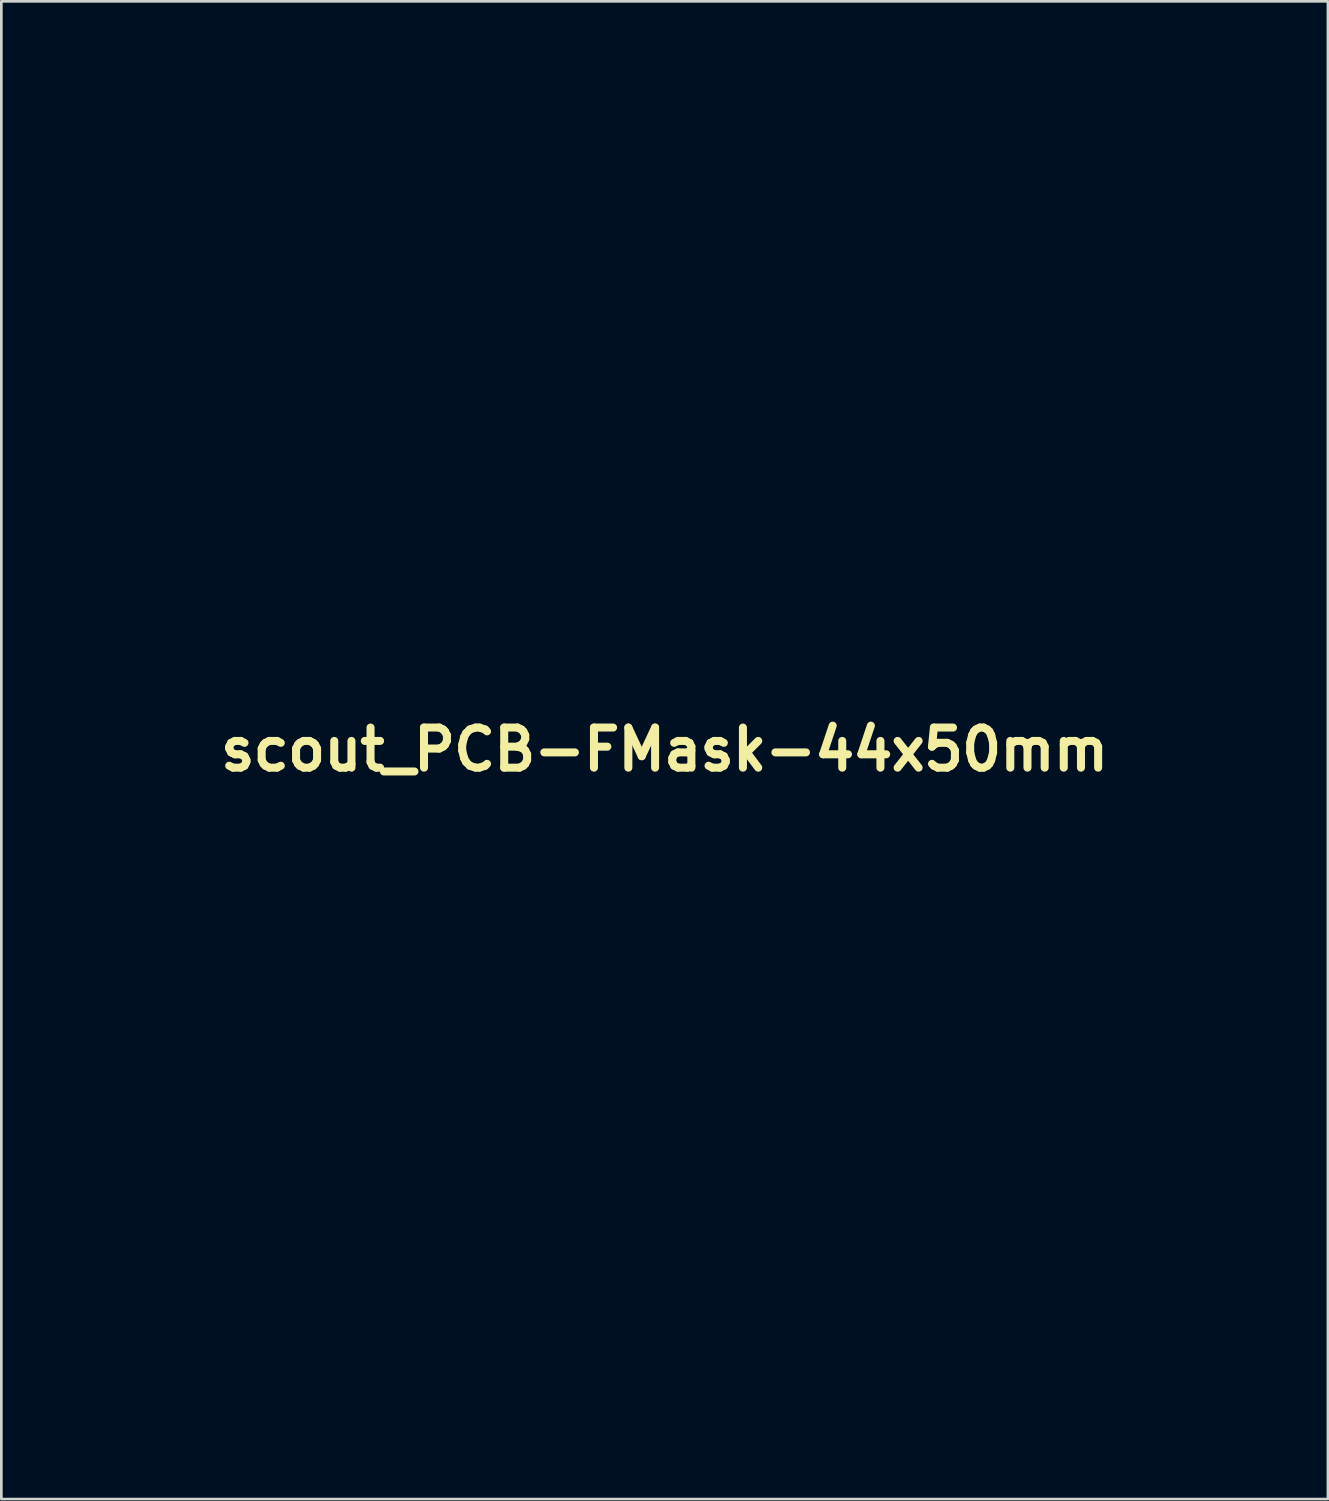
<source format=kicad_pcb>
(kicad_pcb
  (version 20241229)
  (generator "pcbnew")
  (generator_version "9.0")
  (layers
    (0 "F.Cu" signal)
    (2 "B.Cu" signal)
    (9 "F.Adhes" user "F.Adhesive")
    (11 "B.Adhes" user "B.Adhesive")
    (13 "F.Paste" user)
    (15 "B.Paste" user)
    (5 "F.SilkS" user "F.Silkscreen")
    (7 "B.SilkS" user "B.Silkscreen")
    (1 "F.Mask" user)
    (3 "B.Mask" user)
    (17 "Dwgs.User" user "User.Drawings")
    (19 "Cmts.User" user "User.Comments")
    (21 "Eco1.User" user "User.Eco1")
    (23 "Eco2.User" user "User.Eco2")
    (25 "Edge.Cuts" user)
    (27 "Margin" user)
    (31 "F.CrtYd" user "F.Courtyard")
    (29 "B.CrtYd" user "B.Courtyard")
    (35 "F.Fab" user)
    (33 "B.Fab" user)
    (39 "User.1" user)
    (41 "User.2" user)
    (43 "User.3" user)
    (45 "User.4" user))
  (footprint "scout_PCB-FMask-44x50mm"
    (layer "F.Cu")
    (at 21.809 24.984)
    (property "Reference" "scout_PCB-FMask-44x50mm" (at 0 0 0) (layer "F.SilkS") (effects (font (size 1.5 1.5) (thickness 0.3))))
    (attr board_only exclude_from_pos_files exclude_from_bom)
    (fp_poly (pts (xy 7.807 -12.934) (xy 7.781 -12.908) (xy 7.755 -12.934) (xy 7.781 -12.96)) (stroke (width 0) (type solid)) (fill yes) (layer "F.Mask"))
    (fp_poly (pts (xy 18.686 7.001) (xy 18.66 7.027) (xy 18.634 7.001) (xy 18.66 6.975)) (stroke (width 0) (type solid)) (fill yes) (layer "F.Mask"))
    (fp_poly (pts (xy -11.543 -19.607) (xy -11.49 -19.557) (xy -11.376 -19.455) (xy -11.227 -19.326) (xy -11.149 -19.262) (xy -11.028 -19.157) (xy -10.948 -19.076) (xy -10.93 -19.048) (xy -10.971 -18.996) (xy -11.072 -18.919) (xy -11.201 -18.836) (xy -11.325 -18.769) (xy -11.41 -18.738) (xy -11.416 -18.738) (xy -11.468 -18.787) (xy -11.533 -18.924) (xy -11.599 -19.124) (xy -11.671 -19.393) (xy -11.703 -19.572) (xy -11.693 -19.663) (xy -11.64 -19.673)) (stroke (width 0) (type solid)) (fill yes) (layer "F.Mask"))
    (fp_poly (pts (xy -5.63 -22.574) (xy -5.426 -22.495) (xy -5.246 -22.347) (xy -5.112 -22.132) (xy -4.969 -21.743) (xy -4.903 -21.416) (xy -4.913 -21.145) (xy -5.001 -20.92) (xy -5.167 -20.735) (xy -5.185 -20.72) (xy -5.381 -20.628) (xy -5.603 -20.628) (xy -5.812 -20.713) (xy -5.987 -20.871) (xy -6.136 -21.105) (xy -6.251 -21.384) (xy -6.321 -21.681) (xy -6.337 -21.968) (xy -6.304 -22.174) (xy -6.197 -22.382) (xy -6.036 -22.518) (xy -5.84 -22.581)) (stroke (width 0) (type solid)) (fill yes) (layer "F.Mask"))
    (fp_poly (pts (xy -13.459 -18.537) (xy -13.337 -18.424) (xy -13.259 -18.274) (xy -13.245 -18.117) (xy -13.285 -18.013) (xy -13.363 -17.927) (xy -13.485 -17.817) (xy -13.626 -17.704) (xy -13.759 -17.608) (xy -13.855 -17.551) (xy -13.881 -17.544) (xy -13.932 -17.583) (xy -14.024 -17.685) (xy -14.12 -17.805) (xy -14.242 -17.987) (xy -14.283 -18.107) (xy -14.275 -18.138) (xy -14.198 -18.225) (xy -14.063 -18.334) (xy -13.902 -18.443) (xy -13.748 -18.531) (xy -13.631 -18.579) (xy -13.608 -18.582)) (stroke (width 0) (type solid)) (fill yes) (layer "F.Mask"))
    (fp_poly (pts (xy 3.323 -23.064) (xy 3.522 -22.96) (xy 3.659 -22.802) (xy 3.73 -22.6) (xy 3.753 -22.342) (xy 3.733 -22.055) (xy 3.676 -21.769) (xy 3.585 -21.511) (xy 3.466 -21.309) (xy 3.382 -21.227) (xy 3.195 -21.134) (xy 2.986 -21.099) (xy 2.798 -21.127) (xy 2.764 -21.143) (xy 2.601 -21.258) (xy 2.496 -21.41) (xy 2.439 -21.619) (xy 2.422 -21.906) (xy 2.422 -21.93) (xy 2.438 -22.268) (xy 2.49 -22.531) (xy 2.585 -22.741) (xy 2.695 -22.889) (xy 2.884 -23.031) (xy 3.102 -23.089)) (stroke (width 0) (type solid)) (fill yes) (layer "F.Mask"))
    (fp_poly (pts (xy -3.039 16.821) (xy -3.02 16.837) (xy -2.921 16.895) (xy -2.818 16.868) (xy -2.716 16.842) (xy -2.673 16.893) (xy -2.699 17.006) (xy -2.71 17.027) (xy -2.743 17.121) (xy -2.702 17.177) (xy -2.686 17.186) (xy -2.607 17.264) (xy -2.609 17.338) (xy -2.684 17.375) (xy -2.734 17.371) (xy -2.858 17.38) (xy -2.918 17.443) (xy -2.995 17.529) (xy -3.066 17.518) (xy -3.108 17.436) (xy -3.156 17.352) (xy -3.197 17.332) (xy -3.295 17.293) (xy -3.351 17.205) (xy -3.348 17.144) (xy -3.28 17.079) (xy -3.247 17.072) (xy -3.197 17.038) (xy -3.204 16.948) (xy -3.204 16.827) (xy -3.142 16.78)) (stroke (width 0) (type solid)) (fill yes) (layer "F.Mask"))
    (fp_poly (pts (xy 2.953 16.787) (xy 2.967 16.898) (xy 2.967 16.903) (xy 3.007 17.047) (xy 3.071 17.112) (xy 3.16 17.192) (xy 3.16 17.255) (xy 3.073 17.28) (xy 3.07 17.28) (xy 2.966 17.328) (xy 2.915 17.41) (xy 2.853 17.502) (xy 2.776 17.54) (xy 2.719 17.514) (xy 2.707 17.462) (xy 2.66 17.401) (xy 2.55 17.384) (xy 2.428 17.357) (xy 2.395 17.285) (xy 2.459 17.188) (xy 2.473 17.176) (xy 2.523 17.103) (xy 2.493 17.04) (xy 2.458 16.937) (xy 2.466 16.888) (xy 2.508 16.836) (xy 2.59 16.858) (xy 2.606 16.866) (xy 2.713 16.895) (xy 2.806 16.842) (xy 2.904 16.77)) (stroke (width 0) (type solid)) (fill yes) (layer "F.Mask"))
    (fp_poly (pts (xy 8.554 -5.736) (xy 8.507 -5.522) (xy 8.393 -5.27) (xy 8.226 -5.006) (xy 8.022 -4.756) (xy 7.967 -4.699) (xy 7.818 -4.561) (xy 7.641 -4.411) (xy 7.455 -4.265) (xy 7.282 -4.139) (xy 7.142 -4.048) (xy 7.057 -4.008) (xy 7.051 -4.008) (xy 6.989 -3.98) (xy 6.884 -3.914) (xy 6.872 -3.905) (xy 6.728 -3.816) (xy 6.587 -3.75) (xy 6.479 -3.719) (xy 6.441 -3.726) (xy 6.439 -3.784) (xy 6.452 -3.92) (xy 6.48 -4.106) (xy 6.49 -4.17) (xy 6.523 -4.397) (xy 6.555 -4.687) (xy 6.583 -5) (xy 6.6 -5.249) (xy 6.636 -5.908) (xy 7.599 -5.908) (xy 8.562 -5.908)) (stroke (width 0) (type solid)) (fill yes) (layer "F.Mask"))
    (fp_poly (pts (xy 6.537 -8.309) (xy 6.664 -8.258) (xy 6.837 -8.171) (xy 7.036 -8.062) (xy 7.239 -7.939) (xy 7.39 -7.839) (xy 7.65 -7.635) (xy 7.9 -7.395) (xy 8.128 -7.137) (xy 8.323 -6.875) (xy 8.471 -6.627) (xy 8.56 -6.409) (xy 8.579 -6.239) (xy 8.562 -6.116) (xy 7.651 -6.108) (xy 7.351 -6.107) (xy 7.084 -6.109) (xy 6.87 -6.113) (xy 6.727 -6.119) (xy 6.675 -6.125) (xy 6.638 -6.188) (xy 6.616 -6.342) (xy 6.61 -6.564) (xy 6.603 -6.786) (xy 6.584 -7.072) (xy 6.555 -7.382) (xy 6.527 -7.629) (xy 6.497 -7.879) (xy 6.478 -8.09) (xy 6.47 -8.242) (xy 6.475 -8.314) (xy 6.477 -8.316)) (stroke (width 0) (type solid)) (fill yes) (layer "F.Mask"))
    (fp_poly (pts (xy -9.091 -21.27) (xy -8.993 -21.225) (xy -8.959 -21.207) (xy -8.815 -21.087) (xy -8.668 -20.891) (xy -8.531 -20.649) (xy -8.42 -20.388) (xy -8.348 -20.136) (xy -8.328 -19.957) (xy -8.338 -19.786) (xy -8.381 -19.664) (xy -8.477 -19.565) (xy -8.643 -19.465) (xy -8.729 -19.42) (xy -8.892 -19.344) (xy -8.991 -19.316) (xy -9.054 -19.334) (xy -9.094 -19.375) (xy -9.141 -19.459) (xy -9.217 -19.615) (xy -9.311 -19.823) (xy -9.415 -20.063) (xy -9.521 -20.313) (xy -9.619 -20.554) (xy -9.702 -20.764) (xy -9.76 -20.923) (xy -9.785 -21.01) (xy -9.785 -21.015) (xy -9.761 -21.08) (xy -9.677 -21.137) (xy -9.513 -21.198) (xy -9.467 -21.212) (xy -9.291 -21.263) (xy -9.178 -21.282)) (stroke (width 0) (type solid)) (fill yes) (layer "F.Mask"))
    (fp_poly (pts (xy 5.548 -11.165) (xy 5.699 -11.078) (xy 5.891 -10.943) (xy 6.112 -10.771) (xy 6.352 -10.568) (xy 6.597 -10.344) (xy 6.838 -10.108) (xy 6.843 -10.102) (xy 7.376 -9.483) (xy 7.827 -8.806) (xy 8.189 -8.082) (xy 8.354 -7.652) (xy 8.416 -7.464) (xy 8.462 -7.315) (xy 8.483 -7.232) (xy 8.484 -7.226) (xy 8.454 -7.179) (xy 8.376 -7.203) (xy 8.269 -7.289) (xy 8.183 -7.385) (xy 7.986 -7.589) (xy 7.712 -7.814) (xy 7.383 -8.045) (xy 7.02 -8.265) (xy 6.834 -8.366) (xy 6.355 -8.614) (xy 6.242 -9.031) (xy 6.049 -9.677) (xy 5.834 -10.256) (xy 5.585 -10.8) (xy 5.565 -10.84) (xy 5.487 -10.998) (xy 5.432 -11.116) (xy 5.413 -11.165) (xy 5.449 -11.197)) (stroke (width 0) (type solid)) (fill yes) (layer "F.Mask"))
    (fp_poly (pts (xy 6.413 -5.387) (xy 6.404 -5.158) (xy 6.391 -4.942) (xy 6.37 -4.716) (xy 6.341 -4.454) (xy 6.299 -4.132) (xy 6.263 -3.861) (xy 6.236 -3.731) (xy 6.185 -3.632) (xy 6.091 -3.551) (xy 5.938 -3.472) (xy 5.707 -3.38) (xy 5.645 -3.357) (xy 5.451 -3.291) (xy 5.206 -3.215) (xy 4.932 -3.133) (xy 4.649 -3.053) (xy 4.378 -2.98) (xy 4.142 -2.92) (xy 3.961 -2.879) (xy 3.857 -2.863) (xy 3.853 -2.863) (xy 3.755 -2.885) (xy 3.724 -2.911) (xy 3.716 -2.988) (xy 3.732 -3.124) (xy 3.744 -3.186) (xy 3.772 -3.349) (xy 3.804 -3.596) (xy 3.837 -3.911) (xy 3.871 -4.273) (xy 3.903 -4.665) (xy 3.932 -5.067) (xy 3.949 -5.335) (xy 3.982 -5.908) (xy 5.205 -5.908) (xy 6.428 -5.908)) (stroke (width 0) (type solid)) (fill yes) (layer "F.Mask"))
    (fp_poly (pts (xy 1.5 -14.512) (xy 1.592 -14.477) (xy 2.165 -14.224) (xy 2.67 -13.943) (xy 3.136 -13.614) (xy 3.596 -13.216) (xy 3.802 -13.015) (xy 4.108 -12.703) (xy 4.339 -12.452) (xy 4.5 -12.257) (xy 4.596 -12.112) (xy 4.632 -12.011) (xy 4.632 -12.001) (xy 4.627 -11.95) (xy 4.599 -11.933) (xy 4.529 -11.953) (xy 4.399 -12.015) (xy 4.268 -12.082) (xy 3.946 -12.232) (xy 3.571 -12.381) (xy 3.189 -12.512) (xy 2.967 -12.577) (xy 2.772 -12.652) (xy 2.604 -12.758) (xy 2.487 -12.875) (xy 2.447 -12.976) (xy 2.414 -13.058) (xy 2.327 -13.201) (xy 2.2 -13.384) (xy 2.046 -13.589) (xy 1.879 -13.799) (xy 1.714 -13.993) (xy 1.565 -14.154) (xy 1.548 -14.171) (xy 1.37 -14.356) (xy 1.276 -14.481) (xy 1.266 -14.548) (xy 1.34 -14.557)) (stroke (width 0) (type solid)) (fill yes) (layer "F.Mask"))
    (fp_poly (pts (xy 8.457 -4.842) (xy 8.462 -4.752) (xy 8.422 -4.588) (xy 8.345 -4.367) (xy 8.239 -4.103) (xy 8.11 -3.815) (xy 7.966 -3.517) (xy 7.814 -3.226) (xy 7.661 -2.959) (xy 7.515 -2.732) (xy 7.512 -2.727) (xy 7.187 -2.31) (xy 6.794 -1.886) (xy 6.361 -1.481) (xy 6.012 -1.197) (xy 5.796 -1.034) (xy 5.648 -0.927) (xy 5.553 -0.866) (xy 5.497 -0.843) (xy 5.464 -0.851) (xy 5.443 -0.879) (xy 5.45 -0.948) (xy 5.499 -1.071) (xy 5.541 -1.152) (xy 5.646 -1.364) (xy 5.77 -1.651) (xy 5.902 -1.987) (xy 6.034 -2.346) (xy 6.154 -2.704) (xy 6.225 -2.934) (xy 6.376 -3.447) (xy 6.74 -3.63) (xy 7.129 -3.838) (xy 7.453 -4.044) (xy 7.752 -4.274) (xy 8.035 -4.528) (xy 8.21 -4.687) (xy 8.348 -4.796) (xy 8.435 -4.845)) (stroke (width 0) (type solid)) (fill yes) (layer "F.Mask"))
    (fp_poly (pts (xy 2.917 -12.42) (xy 3.075 -12.368) (xy 3.289 -12.29) (xy 3.539 -12.194) (xy 3.803 -12.089) (xy 4.062 -11.982) (xy 4.297 -11.881) (xy 4.485 -11.795) (xy 4.526 -11.775) (xy 5.017 -11.529) (xy 5.338 -10.889) (xy 5.46 -10.632) (xy 5.588 -10.336) (xy 5.715 -10.022) (xy 5.834 -9.708) (xy 5.938 -9.414) (xy 6.02 -9.158) (xy 6.073 -8.961) (xy 6.09 -8.848) (xy 6.083 -8.79) (xy 6.053 -8.761) (xy 5.982 -8.764) (xy 5.854 -8.8) (xy 5.653 -8.871) (xy 5.543 -8.911) (xy 5.178 -9.04) (xy 4.843 -9.143) (xy 4.489 -9.233) (xy 4.217 -9.294) (xy 4.017 -9.341) (xy 3.85 -9.386) (xy 3.748 -9.421) (xy 3.741 -9.424) (xy 3.68 -9.5) (xy 3.621 -9.644) (xy 3.595 -9.745) (xy 3.485 -10.211) (xy 3.355 -10.693) (xy 3.215 -11.161) (xy 3.074 -11.583) (xy 2.958 -11.887) (xy 2.871 -12.12) (xy 2.82 -12.298) (xy 2.81 -12.409) (xy 2.833 -12.44)) (stroke (width 0) (type solid)) (fill yes) (layer "F.Mask"))
    (fp_poly (pts (xy 4.608 -0.052) (xy 4.632 -0.006) (xy 4.632 0.007) (xy 4.599 0.072) (xy 4.506 0.195) (xy 4.371 0.361) (xy 4.206 0.552) (xy 4.025 0.752) (xy 3.845 0.946) (xy 3.678 1.116) (xy 3.539 1.247) (xy 3.538 1.248) (xy 3.139 1.567) (xy 2.697 1.868) (xy 2.246 2.129) (xy 1.846 2.318) (xy 1.638 2.402) (xy 1.465 2.473) (xy 1.35 2.52) (xy 1.32 2.533) (xy 1.243 2.519) (xy 1.22 2.493) (xy 1.23 2.416) (xy 1.325 2.311) (xy 1.48 2.197) (xy 1.579 2.11) (xy 1.718 1.954) (xy 1.881 1.752) (xy 2.054 1.522) (xy 2.222 1.285) (xy 2.368 1.062) (xy 2.479 0.873) (xy 2.49 0.851) (xy 2.539 0.76) (xy 2.592 0.692) (xy 2.668 0.637) (xy 2.786 0.584) (xy 2.966 0.521) (xy 3.212 0.443) (xy 3.496 0.349) (xy 3.786 0.245) (xy 4.044 0.145) (xy 4.199 0.078) (xy 4.407 -0.012) (xy 4.538 -0.055)) (stroke (width 0) (type solid)) (fill yes) (layer "F.Mask"))
    (fp_poly (pts (xy 6.087 -3.229) (xy 6.081 -3.132) (xy 6.04 -2.974) (xy 6.011 -2.876) (xy 5.861 -2.408) (xy 5.691 -1.942) (xy 5.508 -1.5) (xy 5.322 -1.104) (xy 5.143 -0.774) (xy 5.037 -0.61) (xy 4.931 -0.511) (xy 4.742 -0.39) (xy 4.486 -0.254) (xy 4.181 -0.111) (xy 3.842 0.03) (xy 3.487 0.162) (xy 3.409 0.188) (xy 3.162 0.271) (xy 2.996 0.324) (xy 2.894 0.351) (xy 2.836 0.355) (xy 2.805 0.341) (xy 2.784 0.311) (xy 2.783 0.31) (xy 2.781 0.227) (xy 2.8 0.193) (xy 2.851 0.102) (xy 2.924 -0.065) (xy 3.01 -0.284) (xy 3.1 -0.532) (xy 3.185 -0.785) (xy 3.216 -0.885) (xy 3.258 -1.025) (xy 3.301 -1.172) (xy 3.347 -1.342) (xy 3.403 -1.554) (xy 3.473 -1.824) (xy 3.562 -2.171) (xy 3.604 -2.338) (xy 3.676 -2.62) (xy 4.349 -2.785) (xy 4.657 -2.864) (xy 4.981 -2.955) (xy 5.281 -3.045) (xy 5.494 -3.114) (xy 5.759 -3.206) (xy 5.938 -3.26) (xy 6.043 -3.269)) (stroke (width 0) (type solid)) (fill yes) (layer "F.Mask"))
    (fp_poly (pts (xy 3.964 -9.164) (xy 4.179 -9.119) (xy 4.441 -9.055) (xy 4.732 -8.977) (xy 5.035 -8.889) (xy 5.333 -8.797) (xy 5.609 -8.706) (xy 5.845 -8.619) (xy 6.024 -8.542) (xy 6.043 -8.533) (xy 6.161 -8.461) (xy 6.224 -8.374) (xy 6.257 -8.234) (xy 6.263 -8.188) (xy 6.289 -7.995) (xy 6.322 -7.76) (xy 6.345 -7.599) (xy 6.379 -7.333) (xy 6.407 -7.049) (xy 6.428 -6.772) (xy 6.44 -6.524) (xy 6.442 -6.329) (xy 6.433 -6.211) (xy 6.43 -6.2) (xy 6.415 -6.166) (xy 6.384 -6.141) (xy 6.325 -6.123) (xy 6.225 -6.111) (xy 6.07 -6.103) (xy 5.848 -6.099) (xy 5.545 -6.097) (xy 5.242 -6.097) (xy 4.903 -6.098) (xy 4.597 -6.102) (xy 4.34 -6.107) (xy 4.149 -6.113) (xy 4.039 -6.12) (xy 4.021 -6.124) (xy 3.982 -6.19) (xy 3.961 -6.353) (xy 3.956 -6.547) (xy 3.946 -6.867) (xy 3.919 -7.269) (xy 3.877 -7.734) (xy 3.82 -8.242) (xy 3.772 -8.614) (xy 3.747 -8.837) (xy 3.734 -9.021) (xy 3.735 -9.143) (xy 3.744 -9.177) (xy 3.814 -9.185)) (stroke (width 0) (type solid)) (fill yes) (layer "F.Mask"))
    (fp_poly (pts (xy 2.035 -14.658) (xy 2.228 -14.604) (xy 2.484 -14.52) (xy 2.785 -14.412) (xy 3.115 -14.286) (xy 3.311 -14.207) (xy 4.159 -13.807) (xy 4.956 -13.316) (xy 5.699 -12.737) (xy 6.387 -12.072) (xy 7.016 -11.323) (xy 7.076 -11.243) (xy 7.215 -11.052) (xy 7.331 -10.886) (xy 7.409 -10.767) (xy 7.433 -10.722) (xy 7.476 -10.637) (xy 7.555 -10.499) (xy 7.625 -10.384) (xy 7.742 -10.176) (xy 7.87 -9.918) (xy 8.002 -9.625) (xy 8.133 -9.313) (xy 8.256 -8.998) (xy 8.366 -8.695) (xy 8.457 -8.419) (xy 8.523 -8.187) (xy 8.559 -8.015) (xy 8.558 -7.917) (xy 8.551 -7.906) (xy 8.496 -7.909) (xy 8.426 -8.016) (xy 8.409 -8.052) (xy 8.156 -8.58) (xy 7.91 -9.03) (xy 7.655 -9.426) (xy 7.374 -9.792) (xy 7.052 -10.151) (xy 6.837 -10.367) (xy 6.528 -10.661) (xy 6.247 -10.904) (xy 5.958 -11.125) (xy 5.626 -11.353) (xy 5.475 -11.451) (xy 5.291 -11.58) (xy 5.133 -11.713) (xy 5.031 -11.823) (xy 5.019 -11.841) (xy 4.87 -12.066) (xy 4.664 -12.338) (xy 4.42 -12.632) (xy 4.157 -12.927) (xy 3.894 -13.198) (xy 3.818 -13.273) (xy 3.372 -13.663) (xy 2.913 -14.003) (xy 2.463 -14.275) (xy 2.206 -14.4) (xy 2.015 -14.494) (xy 1.89 -14.576) (xy 1.84 -14.639) (xy 1.874 -14.674) (xy 1.922 -14.678)) (stroke (width 0) (type solid)) (fill yes) (layer "F.Mask"))
    (fp_poly (pts (xy 8.511 -3.982) (xy 8.471 -3.752) (xy 8.399 -3.47) (xy 8.308 -3.178) (xy 8.21 -2.919) (xy 8.193 -2.881) (xy 8.143 -2.76) (xy 8.12 -2.683) (xy 8.12 -2.679) (xy 8.098 -2.615) (xy 8.039 -2.481) (xy 7.954 -2.3) (xy 7.855 -2.095) (xy 7.752 -1.89) (xy 7.658 -1.706) (xy 7.582 -1.567) (xy 7.547 -1.51) (xy 7.467 -1.388) (xy 7.362 -1.228) (xy 7.308 -1.145) (xy 7.216 -1.003) (xy 7.145 -0.895) (xy 7.12 -0.859) (xy 7.075 -0.802) (xy 6.975 -0.682) (xy 6.835 -0.514) (xy 6.665 -0.314) (xy 6.598 -0.234) (xy 6.176 0.224) (xy 5.702 0.671) (xy 5.204 1.082) (xy 4.71 1.435) (xy 4.485 1.575) (xy 4.16 1.755) (xy 3.802 1.934) (xy 3.428 2.106) (xy 3.056 2.263) (xy 2.704 2.398) (xy 2.389 2.504) (xy 2.13 2.574) (xy 1.943 2.601) (xy 1.939 2.601) (xy 1.824 2.596) (xy 1.77 2.58) (xy 1.77 2.579) (xy 1.814 2.548) (xy 1.932 2.483) (xy 2.105 2.395) (xy 2.255 2.322) (xy 2.87 1.974) (xy 3.467 1.532) (xy 4.034 1.007) (xy 4.559 0.409) (xy 4.783 0.112) (xy 4.947 -0.104) (xy 5.106 -0.291) (xy 5.24 -0.429) (xy 5.318 -0.49) (xy 5.732 -0.756) (xy 6.166 -1.085) (xy 6.597 -1.457) (xy 7.004 -1.852) (xy 7.366 -2.249) (xy 7.661 -2.629) (xy 7.731 -2.734) (xy 7.846 -2.915) (xy 7.948 -3.085) (xy 8.049 -3.263) (xy 8.159 -3.473) (xy 8.29 -3.735) (xy 8.45 -4.06) (xy 8.539 -4.242)) (stroke (width 0) (type solid)) (fill yes) (layer "F.Mask"))
    (fp_poly (pts (xy 21.809 0.026) (xy 21.809 25.036) (xy 0 25.036) (xy -21.809 25.036) (xy -21.809 24.109) (xy 1.718 24.109) (xy 1.747 24.15) (xy 1.823 24.118) (xy 1.9 24.047) (xy 1.957 23.971) (xy 1.94 23.944) (xy 1.918 23.943) (xy 1.819 23.978) (xy 1.737 24.055) (xy 1.718 24.109) (xy -21.809 24.109) (xy -21.809 23.916) (xy -2.368 23.916) (xy -2.313 23.998) (xy -2.313 23.999) (xy -2.232 24.064) (xy -2.194 24.045) (xy -2.213 23.967) (xy -2.245 23.937) (xy -2.342 23.892) (xy -2.368 23.916) (xy -21.809 23.916) (xy -21.809 23.788) (xy 1.405 23.788) (xy 1.442 23.834) (xy 1.522 23.827) (xy 1.604 23.772) (xy 1.607 23.769) (xy 1.641 23.694) (xy 1.632 23.666) (xy 1.566 23.661) (xy 1.476 23.703) (xy 1.412 23.764) (xy 1.405 23.788) (xy -21.809 23.788) (xy -21.809 23.618) (xy -2.104 23.618) (xy -2.091 23.664) (xy -2.025 23.728) (xy -1.946 23.776) (xy -1.913 23.785) (xy -1.877 23.745) (xy -1.874 23.714) (xy -1.916 23.65) (xy -1.96 23.629) (xy -0.604 23.629) (xy -0.545 23.646) (xy -0.417 23.606) (xy -0.382 23.59) (xy -0.372 23.584) (xy 0.343 23.584) (xy 0.349 23.597) (xy 0.428 23.623) (xy 0.563 23.629) (xy 0.708 23.617) (xy 0.817 23.588) (xy 0.829 23.581) (xy 0.877 23.529) (xy 0.841 23.458) (xy 0.836 23.452) (xy 0.731 23.383) (xy 0.665 23.37) (xy 0.568 23.395) (xy 0.46 23.454) (xy 0.375 23.525) (xy 0.343 23.584) (xy -0.372 23.584) (xy -0.27 23.531) (xy -0.241 23.49) (xy -0.283 23.445) (xy -0.295 23.435) (xy -0.403 23.388) (xy -0.5 23.391) (xy -0.547 23.443) (xy -0.547 23.449) (xy -0.574 23.538) (xy -0.585 23.558) (xy -0.604 23.629) (xy -1.96 23.629) (xy -2.008 23.607) (xy -2.092 23.609) (xy -2.104 23.618) (xy -21.809 23.618) (xy -21.809 23.345) (xy -1.918 23.345) (xy -1.893 23.405) (xy -1.809 23.455) (xy -1.688 23.509) (xy -1.625 23.513) (xy -1.614 23.502) (xy -1.172 23.502) (xy -1.168 23.532) (xy -1.09 23.572) (xy -0.971 23.569) (xy -0.855 23.531) (xy -0.792 23.467) (xy -0.79 23.461) (xy -0.809 23.387) (xy -0.884 23.37) (xy -1.014 23.391) (xy -1.12 23.441) (xy -1.172 23.502) (xy -1.614 23.502) (xy -1.589 23.476) (xy -1.599 23.408) (xy -1.667 23.316) (xy -1.759 23.245) (xy -1.829 23.253) (xy -1.851 23.269) (xy -1.918 23.345) (xy -21.809 23.345) (xy -21.809 22.641) (xy -1.608 22.641) (xy -1.582 22.858) (xy -1.553 23.02) (xy -1.514 23.15) (xy -1.505 23.171) (xy -1.424 23.243) (xy -1.318 23.266) (xy -1.234 23.23) (xy -1.228 23.222) (xy -1.233 23.16) (xy -0.416 23.16) (xy -0.375 23.206) (xy -0.364 23.213) (xy -0.249 23.259) (xy -0.202 23.265) (xy -0.098 23.303) (xy -0.052 23.344) (xy 0.064 23.415) (xy 0.193 23.398) (xy 0.261 23.343) (xy 0.303 23.286) (xy 0.298 23.246) (xy 0.284 23.237) (xy 0.937 23.237) (xy 0.968 23.281) (xy 1.042 23.369) (xy 1.131 23.47) (xy 1.208 23.551) (xy 1.23 23.572) (xy 1.276 23.556) (xy 1.372 23.508) (xy 1.507 23.438) (xy 1.388 23.326) (xy 1.294 23.269) (xy 1.168 23.227) (xy 1.043 23.206) (xy 0.957 23.213) (xy 0.937 23.237) (xy 0.284 23.237) (xy 0.23 23.199) (xy 0.12 23.142) (xy -0.098 23.068) (xy -0.287 23.075) (xy -0.364 23.111) (xy -0.416 23.16) (xy -1.233 23.16) (xy -1.234 23.151) (xy -1.275 23.078) (xy -1.336 22.968) (xy -1.343 22.943) (xy -1.093 22.943) (xy -1.048 23.026) (xy -0.938 23.08) (xy -0.797 23.1) (xy -0.663 23.077) (xy -0.593 23.034) (xy -0.564 22.99) (xy 0.237 22.99) (xy 0.392 23.074) (xy 0.566 23.147) (xy 0.715 23.146) (xy 0.857 23.089) (xy 0.94 23.031) (xy 0.951 22.989) (xy 0.949 22.987) (xy 0.826 22.946) (xy 0.652 22.923) (xy 0.477 22.922) (xy 0.366 22.942) (xy 0.237 22.99) (xy -0.564 22.99) (xy -0.551 22.972) (xy -0.599 22.935) (xy -0.604 22.933) (xy -0.71 22.91) (xy -0.828 22.904) (xy 1.145 22.904) (xy 1.186 22.946) (xy 1.278 23.002) (xy 1.376 23.045) (xy 1.413 23.054) (xy 1.457 23.016) (xy 1.478 22.975) (xy 1.503 22.859) (xy 1.509 22.764) (xy 1.495 22.672) (xy 1.433 22.659) (xy 1.392 22.669) (xy 1.275 22.731) (xy 1.18 22.824) (xy 1.145 22.904) (xy -0.828 22.904) (xy -0.849 22.902) (xy -0.983 22.908) (xy -1.074 22.926) (xy -1.093 22.943) (xy -1.343 22.943) (xy -1.353 22.902) (xy -1.395 22.817) (xy -1.482 22.732) (xy -1.505 22.715) (xy 0.316 22.715) (xy 0.359 22.738) (xy 0.429 22.726) (xy 0.55 22.701) (xy 0.612 22.694) (xy 0.664 22.65) (xy 0.669 22.625) (xy 0.894 22.625) (xy 0.953 22.627) (xy 0.994 22.616) (xy 1.14 22.557) (xy 1.236 22.505) (xy 1.325 22.437) (xy 1.357 22.393) (xy 1.37 22.314) (xy 1.374 22.291) (xy 1.614 22.291) (xy 1.622 22.346) (xy 1.665 22.354) (xy 1.771 22.317) (xy 1.802 22.304) (xy 1.927 22.254) (xy 2.003 22.227) (xy 2.01 22.225) (xy 2.025 22.18) (xy 2.03 22.095) (xy 2.011 21.993) (xy 1.946 21.971) (xy 1.819 22.024) (xy 1.808 22.03) (xy 1.674 22.127) (xy 1.619 22.235) (xy 1.614 22.291) (xy 1.374 22.291) (xy 1.379 22.261) (xy 1.379 22.191) (xy 1.362 22.183) (xy 1.295 22.211) (xy 1.171 22.26) (xy 1.132 22.275) (xy 1.009 22.337) (xy 0.941 22.398) (xy 0.937 22.413) (xy 0.919 22.515) (xy 0.903 22.565) (xy 0.894 22.625) (xy 0.669 22.625) (xy 0.677 22.589) (xy 0.668 22.51) (xy 0.626 22.493) (xy 0.53 22.536) (xy 0.463 22.575) (xy 0.352 22.656) (xy 0.316 22.715) (xy -1.505 22.715) (xy -1.608 22.641) (xy -21.809 22.641) (xy -21.809 22.376) (xy -1.439 22.376) (xy -1.416 22.516) (xy -1.404 22.54) (xy -1.353 22.615) (xy -1.299 22.606) (xy -1.254 22.568) (xy -1.026 22.568) (xy -0.992 22.608) (xy -0.933 22.633) (xy -0.749 22.692) (xy -0.633 22.696) (xy -0.584 22.661) (xy -0.364 22.661) (xy -0.321 22.689) (xy -0.214 22.687) (xy -0.073 22.659) (xy 0.068 22.613) (xy 0.176 22.556) (xy 0.277 22.476) (xy 0.301 22.418) (xy 0.258 22.341) (xy 0.236 22.311) (xy 0.18 22.249) (xy 0.127 22.254) (xy 0.046 22.323) (xy -0.075 22.415) (xy -0.178 22.466) (xy -0.309 22.543) (xy -0.363 22.655) (xy -0.364 22.661) (xy -0.584 22.661) (xy -0.562 22.645) (xy -0.544 22.617) (xy -0.52 22.547) (xy -0.556 22.506) (xy -0.672 22.473) (xy -0.694 22.468) (xy -0.848 22.449) (xy -0.945 22.477) (xy -0.979 22.505) (xy -1.026 22.568) (xy -1.254 22.568) (xy -1.249 22.563) (xy -1.16 22.455) (xy -1.075 22.313) (xy -1.071 22.303) (xy -1.022 22.188) (xy -0.751 22.188) (xy -0.708 22.223) (xy -0.612 22.239) (xy -0.411 22.261) (xy -0.285 22.266) (xy -0.206 22.252) (xy -0.164 22.231) (xy -0.131 22.186) (xy -0.181 22.126) (xy -0.214 22.102) (xy 0.373 22.102) (xy 0.381 22.149) (xy 0.415 22.222) (xy 0.466 22.296) (xy 0.527 22.291) (xy 0.587 22.252) (xy 0.714 22.19) (xy 0.805 22.171) (xy 0.931 22.145) (xy 1.039 22.098) (xy 1.167 22.028) (xy 0.969 21.973) (xy 0.819 21.96) (xy 2.222 21.96) (xy 2.223 21.965) (xy 2.249 22.042) (xy 2.292 22.061) (xy 2.378 22.022) (xy 2.451 21.98) (xy 2.562 21.882) (xy 2.603 21.775) (xy 2.565 21.689) (xy 2.55 21.678) (xy 2.477 21.684) (xy 2.366 21.74) (xy 2.347 21.753) (xy 2.239 21.858) (xy 2.222 21.96) (xy 0.819 21.96) (xy 0.762 21.955) (xy 0.536 22.018) (xy 0.373 22.102) (xy -0.214 22.102) (xy -0.214 22.102) (xy -0.369 22.033) (xy -0.532 22.019) (xy -0.668 22.058) (xy -0.727 22.118) (xy -0.751 22.188) (xy -1.022 22.188) (xy -1.006 22.149) (xy -1.003 22.074) (xy -1.066 22.073) (xy -1.197 22.133) (xy -1.367 22.251) (xy -1.439 22.376) (xy -21.809 22.376) (xy -21.809 22.191) (xy -2.144 22.191) (xy -2.117 22.234) (xy -2.008 22.285) (xy -1.99 22.293) (xy -1.858 22.339) (xy -1.778 22.339) (xy -1.708 22.293) (xy -1.706 22.291) (xy -1.646 22.213) (xy -1.643 22.168) (xy -1.727 22.114) (xy -1.864 22.088) (xy -2.006 22.094) (xy -2.105 22.136) (xy -2.105 22.136) (xy -2.144 22.191) (xy -21.809 22.191) (xy -21.809 21.904) (xy -2.769 21.904) (xy -2.621 21.984) (xy -2.437 22.057) (xy -2.305 22.047) (xy -2.245 21.999) (xy -2.226 21.941) (xy -2.283 21.881) (xy -2.361 21.835) (xy -2.483 21.777) (xy -2.563 21.773) (xy -2.649 21.82) (xy -2.653 21.822) (xy -2.769 21.904) (xy -21.809 21.904) (xy -21.809 21.498) (xy -3.227 21.498) (xy -3.221 21.544) (xy -3.142 21.621) (xy -3.129 21.633) (xy -2.997 21.73) (xy -2.899 21.746) (xy -2.814 21.682) (xy -2.807 21.675) (xy -2.772 21.611) (xy 2.758 21.611) (xy 2.788 21.716) (xy 2.794 21.723) (xy 2.846 21.711) (xy 2.936 21.649) (xy 3.033 21.565) (xy 3.105 21.486) (xy 3.122 21.448) (xy 3.097 21.383) (xy 3.076 21.346) (xy 3.029 21.307) (xy 2.956 21.332) (xy 2.896 21.372) (xy 2.798 21.483) (xy 2.758 21.611) (xy -2.772 21.611) (xy -2.766 21.6) (xy -2.809 21.546) (xy -2.814 21.543) (xy -2.96 21.452) (xy -3.056 21.418) (xy -3.132 21.432) (xy -3.167 21.451) (xy -3.227 21.498) (xy -21.809 21.498) (xy -21.809 21.083) (xy -3.76 21.083) (xy -3.611 21.212) (xy -3.499 21.303) (xy -3.429 21.333) (xy -3.364 21.31) (xy -3.312 21.274) (xy -3.258 21.223) (xy -3.269 21.171) (xy -3.351 21.086) (xy -3.354 21.083) (xy -3.456 21.002) (xy -3.54 20.991) (xy -3.623 21.021) (xy -3.76 21.083) (xy -21.809 21.083) (xy -21.809 20.61) (xy -4.118 20.61) (xy -4.072 20.697) (xy -3.989 20.784) (xy -3.895 20.843) (xy -3.819 20.851) (xy -3.718 20.823) (xy -3.687 20.82) (xy -3.682 20.785) (xy -3.733 20.698) (xy -3.757 20.666) (xy -3.888 20.542) (xy -4.013 20.515) (xy -4.1 20.551) (xy -4.118 20.61) (xy -21.809 20.61) (xy -21.809 20.405) (xy -1.043 20.405) (xy -0.999 20.523) (xy -0.89 20.676) (xy -0.82 20.762) (xy -0.721 20.861) (xy -0.58 20.98) (xy -0.422 21.101) (xy -0.273 21.204) (xy -0.159 21.271) (xy -0.112 21.286) (xy -0.045 21.261) (xy -0.000004 21.238) (xy 3.254 21.238) (xy 3.293 21.319) (xy 3.346 21.321) (xy 3.43 21.241) (xy 3.477 21.183) (xy 3.554 21.065) (xy 3.561 20.976) (xy 3.54 20.925) (xy 3.491 20.843) (xy 3.469 20.82) (xy 3.432 20.857) (xy 3.359 20.95) (xy 3.338 20.978) (xy 3.257 21.131) (xy 3.254 21.238) (xy -0.000004 21.238) (xy 0.032 21.221) (xy 0.166 21.131) (xy 0.316 21.012) (xy 0.457 20.885) (xy 0.567 20.771) (xy 0.622 20.693) (xy 0.625 20.681) (xy 0.635 20.661) (xy 3.652 20.661) (xy 3.696 20.768) (xy 3.698 20.772) (xy 3.738 20.832) (xy 3.781 20.828) (xy 3.855 20.752) (xy 3.88 20.722) (xy 3.963 20.616) (xy 4.006 20.543) (xy 4.008 20.535) (xy 3.975 20.474) (xy 3.929 20.421) (xy 3.865 20.375) (xy 3.807 20.4) (xy 3.748 20.464) (xy 3.667 20.576) (xy 3.652 20.661) (xy 0.635 20.661) (xy 0.656 20.618) (xy 0.678 20.611) (xy 0.737 20.569) (xy 0.788 20.487) (xy 0.813 20.394) (xy 0.792 20.291) (xy 0.716 20.144) (xy 0.71 20.135) (xy 0.617 19.944) (xy 0.533 19.72) (xy 0.503 19.621) (xy 0.459 19.469) (xy 0.454 19.458) (xy 0.689 19.458) (xy 0.741 19.603) (xy 0.82 19.766) (xy 0.992 20.045) (xy 1.176 20.223) (xy 1.37 20.3) (xy 1.571 20.275) (xy 1.67 20.213) (xy 4.02 20.213) (xy 4.068 20.287) (xy 4.136 20.327) (xy 4.195 20.288) (xy 4.261 20.159) (xy 4.266 20.147) (xy 4.303 20.02) (xy 4.278 19.923) (xy 4.251 19.88) (xy 4.172 19.768) (xy 4.09 19.927) (xy 4.02 20.095) (xy 4.02 20.213) (xy 1.67 20.213) (xy 1.775 20.146) (xy 1.828 20.097) (xy 1.94 19.978) (xy 2.013 19.885) (xy 2.03 19.85) (xy 1.983 19.823) (xy 1.866 19.807) (xy 1.8 19.805) (xy 1.543 19.757) (xy 1.331 19.619) (xy 1.27 19.533) (xy 4.288 19.533) (xy 4.304 19.611) (xy 4.329 19.645) (xy 4.406 19.712) (xy 4.465 19.7) (xy 4.532 19.6) (xy 4.549 19.565) (xy 4.598 19.448) (xy 4.592 19.375) (xy 4.557 19.331) (xy 4.468 19.267) (xy 4.4 19.29) (xy 4.332 19.407) (xy 4.329 19.413) (xy 4.288 19.533) (xy 1.27 19.533) (xy 1.175 19.397) (xy 1.132 19.295) (xy 1.077 19.277) (xy 0.956 19.28) (xy 0.897 19.288) (xy 0.764 19.319) (xy 0.696 19.369) (xy 0.689 19.458) (xy 0.454 19.458) (xy 0.419 19.371) (xy 0.397 19.349) (xy 0.327 19.358) (xy 0.201 19.362) (xy 0.184 19.362) (xy 0.004 19.362) (xy -0.011 19.896) (xy -0.021 20.143) (xy -0.035 20.303) (xy -0.057 20.392) (xy -0.089 20.427) (xy -0.104 20.429) (xy -0.142 20.409) (xy -0.169 20.338) (xy -0.189 20.199) (xy -0.205 19.976) (xy -0.208 19.911) (xy -0.234 19.392) (xy -0.416 19.355) (xy -0.545 19.339) (xy -0.625 19.349) (xy -0.63 19.353) (xy -0.662 19.419) (xy -0.711 19.551) (xy -0.752 19.675) (xy -0.827 19.878) (xy -0.917 20.077) (xy -0.962 20.161) (xy -1.028 20.293) (xy -1.043 20.405) (xy -21.809 20.405) (xy -21.809 20.034) (xy -4.469 20.034) (xy -4.43 20.126) (xy -4.387 20.2) (xy -4.296 20.317) (xy -4.196 20.348) (xy -4.092 20.32) (xy -4.058 20.267) (xy -4.088 20.181) (xy -4.163 20.088) (xy -4.261 20.014) (xy -4.356 19.987) (xy -4.445 19.995) (xy -4.469 20.034) (xy -21.809 20.034) (xy -21.809 19.814) (xy -2.238 19.814) (xy -2.2 19.936) (xy -2.105 20.073) (xy -1.982 20.185) (xy -1.966 20.195) (xy -1.736 20.286) (xy -1.515 20.274) (xy -1.346 20.19) (xy -1.242 20.089) (xy -1.138 19.943) (xy -1.043 19.775) (xy -0.968 19.606) (xy -0.921 19.458) (xy -0.913 19.352) (xy -0.954 19.31) (xy -0.955 19.31) (xy -1.057 19.3) (xy -1.188 19.278) (xy -1.303 19.267) (xy -1.359 19.31) (xy -1.381 19.377) (xy -1.44 19.498) (xy -1.543 19.63) (xy -1.565 19.652) (xy -1.688 19.747) (xy -1.825 19.791) (xy -1.977 19.801) (xy -2.126 19.805) (xy -2.22 19.811) (xy -2.238 19.814) (xy -21.809 19.814) (xy -21.809 19.53) (xy -4.726 19.53) (xy -4.655 19.663) (xy -4.574 19.736) (xy -4.476 19.777) (xy -4.397 19.775) (xy -4.372 19.737) (xy -4.406 19.606) (xy -4.489 19.487) (xy -4.59 19.419) (xy -4.619 19.415) (xy -4.716 19.444) (xy -4.726 19.53) (xy -21.809 19.53) (xy -21.809 18.818) (xy -4.937 18.818) (xy -4.92 18.895) (xy -4.888 18.99) (xy -4.821 19.113) (xy -4.723 19.154) (xy -4.709 19.154) (xy -4.63 19.145) (xy -4.61 19.096) (xy -4.636 18.985) (xy -4.642 18.965) (xy -1.4 18.965) (xy -1.397 18.968) (xy -1.314 19.004) (xy -1.145 19.033) (xy -0.91 19.057) (xy -0.627 19.075) (xy -0.317 19.086) (xy 0.003 19.09) (xy 0.313 19.087) (xy 0.594 19.077) (xy 0.828 19.058) (xy 0.996 19.032) (xy 1.067 19.007) (xy 1.138 18.959) (xy 1.118 18.956) (xy 1.057 18.972) (xy 0.96 18.984) (xy 0.78 18.993) (xy 0.535 18.999) (xy 0.247 19.003) (xy -0.064 19.005) (xy -0.378 19.003) (xy -0.675 18.999) (xy -0.934 18.993) (xy -1.136 18.984) (xy -1.259 18.973) (xy -1.275 18.97) (xy -1.372 18.953) (xy -1.4 18.965) (xy -4.642 18.965) (xy -4.662 18.891) (xy -1.591 18.891) (xy -1.577 18.913) (xy -1.502 18.944) (xy -1.459 18.889) (xy -1.457 18.868) (xy -1.484 18.799) (xy -1.506 18.79) (xy -1.574 18.824) (xy -1.591 18.891) (xy -4.662 18.891) (xy -4.669 18.868) (xy -4.684 18.805) (xy -4.684 18.803) (xy -4.729 18.793) (xy -4.815 18.79) (xy -4.905 18.792) (xy -4.937 18.818) (xy -21.809 18.818) (xy -21.809 18.764) (xy -1.353 18.764) (xy -1.327 18.79) (xy -1.301 18.764) (xy -1.305 18.76) (xy 1.169 18.76) (xy 1.209 18.842) (xy 1.289 18.934) (xy 1.354 18.927) (xy 1.378 18.896) (xy 1.369 18.862) (xy 4.522 18.862) (xy 4.543 18.996) (xy 4.577 19.072) (xy 4.631 19.121) (xy 4.675 19.093) (xy 4.718 19.019) (xy 4.769 18.9) (xy 4.789 18.822) (xy 4.753 18.761) (xy 4.674 18.692) (xy 4.592 18.646) (xy 4.551 18.646) (xy 4.523 18.729) (xy 4.522 18.862) (xy 1.369 18.862) (xy 1.363 18.837) (xy 1.306 18.792) (xy 1.199 18.744) (xy 1.169 18.76) (xy -1.305 18.76) (xy -1.327 18.738) (xy -1.353 18.764) (xy -21.809 18.764) (xy -21.809 18.679) (xy -1.116 18.679) (xy -1.111 18.688) (xy -1.013 18.696) (xy -0.836 18.703) (xy -0.592 18.709) (xy -0.292 18.712) (xy -0.076 18.712) (xy 0.249 18.711) (xy 0.524 18.707) (xy 0.736 18.701) (xy 0.874 18.693) (xy 0.927 18.683) (xy 0.91 18.676) (xy 0.777 18.663) (xy 0.567 18.653) (xy 0.302 18.647) (xy 0.006 18.644) (xy -0.298 18.644) (xy -0.586 18.649) (xy -0.836 18.656) (xy -1.024 18.667) (xy -1.116 18.679) (xy -21.809 18.679) (xy -21.809 18.226) (xy -6.714 18.226) (xy -6.672 18.383) (xy -6.564 18.485) (xy -6.419 18.522) (xy -6.267 18.482) (xy -6.194 18.425) (xy -6.116 18.312) (xy -6.1 18.253) (xy -5.028 18.253) (xy -5.005 18.388) (xy -4.968 18.516) (xy -4.911 18.57) (xy -4.822 18.578) (xy -4.75 18.544) (xy -4.736 18.507) (xy -4.765 18.35) (xy -4.836 18.225) (xy -4.93 18.166) (xy -4.944 18.165) (xy -5.009 18.184) (xy -5.028 18.253) (xy -6.1 18.253) (xy -6.09 18.217) (xy -6.134 18.088) (xy -6.24 17.972) (xy -6.37 17.908) (xy -6.402 17.905) (xy -6.533 17.95) (xy -6.649 18.058) (xy -6.711 18.193) (xy -6.714 18.226) (xy -21.809 18.226) (xy -21.809 17.472) (xy -8.732 17.472) (xy -8.669 17.621) (xy -8.549 17.722) (xy -8.392 17.749) (xy -8.24 17.698) (xy -8.199 17.664) (xy -8.197 17.66) (xy -5.061 17.66) (xy -5.06 17.704) (xy -5.029 17.846) (xy -4.963 17.934) (xy -4.885 17.96) (xy -4.819 17.918) (xy -4.789 17.799) (xy -4.789 17.787) (xy -4.823 17.626) (xy -4.898 17.549) (xy -4.996 17.506) (xy -5.046 17.539) (xy -5.061 17.66) (xy -8.197 17.66) (xy -8.13 17.53) (xy -8.138 17.374) (xy -8.215 17.235) (xy -8.286 17.179) (xy -8.391 17.132) (xy -8.472 17.142) (xy -8.573 17.209) (xy -8.702 17.339) (xy -8.732 17.472) (xy -21.809 17.472) (xy -21.809 17.107) (xy -5.035 17.107) (xy -5.017 17.218) (xy -4.995 17.256) (xy -4.9 17.332) (xy -4.829 17.311) (xy -4.82 17.281) (xy -3.845 17.281) (xy -3.838 17.456) (xy -3.797 17.688) (xy -3.793 17.703) (xy -3.698 17.947) (xy -3.533 18.18) (xy -3.325 18.372) (xy -3.099 18.496) (xy -3.042 18.514) (xy -2.903 18.541) (xy -2.81 18.547) (xy -2.798 18.544) (xy -2.773 18.484) (xy -2.759 18.36) (xy -2.759 18.32) (xy -2.714 18.105) (xy -2.594 17.922) (xy -2.422 17.786) (xy -2.221 17.716) (xy -2.013 17.727) (xy -1.977 17.739) (xy -1.793 17.853) (xy -1.618 18.036) (xy -1.482 18.258) (xy -1.476 18.273) (xy -1.417 18.394) (xy -1.357 18.448) (xy -1.259 18.455) (xy -1.149 18.442) (xy -1.002 18.419) (xy -0.905 18.397) (xy -0.887 18.39) (xy -0.887 18.333) (xy -0.91 18.202) (xy -0.951 18.024) (xy -0.959 17.994) (xy -1.108 17.537) (xy -1.307 17.125) (xy -1.546 16.771) (xy -1.815 16.489) (xy -2.105 16.291) (xy -2.217 16.242) (xy -2.489 16.16) (xy -2.718 16.144) (xy -2.944 16.195) (xy -3.097 16.259) (xy -3.388 16.438) (xy -3.603 16.672) (xy -3.744 16.933) (xy -3.815 17.12) (xy -3.845 17.281) (xy -4.82 17.281) (xy -4.792 17.197) (xy -4.789 17.124) (xy -4.793 16.994) (xy -4.805 16.921) (xy -4.81 16.916) (xy -4.872 16.9) (xy -4.909 16.886) (xy -4.973 16.905) (xy -5.018 16.991) (xy -5.035 17.107) (xy -21.809 17.107) (xy -21.809 16.523) (xy -10.641 16.523) (xy -10.559 16.667) (xy -10.546 16.681) (xy -10.396 16.79) (xy -10.259 16.798) (xy -10.141 16.726) (xy -10.061 16.593) (xy -10.054 16.511) (xy -4.901 16.511) (xy -4.882 16.628) (xy -4.875 16.643) (xy -4.81 16.703) (xy -4.745 16.666) (xy -4.682 16.545) (xy -4.642 16.427) (xy -4.657 16.359) (xy -4.711 16.31) (xy -4.801 16.269) (xy -4.846 16.278) (xy -4.887 16.375) (xy -4.901 16.511) (xy -10.054 16.511) (xy -10.048 16.431) (xy -10.099 16.282) (xy -10.161 16.216) (xy -10.287 16.148) (xy -10.389 16.158) (xy -10.494 16.231) (xy -10.62 16.378) (xy -10.641 16.523) (xy -21.809 16.523) (xy -21.809 15.9) (xy -4.729 15.9) (xy -4.704 16.026) (xy -4.646 16.077) (xy -4.57 16.114) (xy -4.549 16.118) (xy -4.531 16.068) (xy -4.493 15.958) (xy -4.487 15.941) (xy -4.456 15.811) (xy -4.476 15.745) (xy -1.431 15.745) (xy -1.43 15.937) (xy -1.42 16.09) (xy -1.397 16.228) (xy -1.354 16.376) (xy -1.283 16.559) (xy -1.179 16.801) (xy -1.117 16.942) (xy -1.054 17.085) (xy -0.974 17.266) (xy -0.939 17.346) (xy -0.89 17.466) (xy -0.844 17.597) (xy -0.795 17.762) (xy -0.738 17.982) (xy -0.665 18.278) (xy -0.647 18.353) (xy -0.589 18.387) (xy -0.448 18.38) (xy -0.441 18.379) (xy -0.248 18.347) (xy -0.223 16.76) (xy -0.215 16.361) (xy -0.206 15.993) (xy -0.195 15.671) (xy -0.183 15.407) (xy -0.171 15.216) (xy -0.159 15.109) (xy -0.155 15.094) (xy -0.119 15.056) (xy -0.088 15.083) (xy -0.061 15.183) (xy -0.039 15.359) (xy -0.02 15.619) (xy -0.003 15.967) (xy 0.011 16.41) (xy 0.02 16.812) (xy 0.053 18.347) (xy 0.226 18.363) (xy 0.318 18.367) (xy 0.377 18.346) (xy 0.39 18.324) (xy 0.677 18.324) (xy 0.688 18.398) (xy 0.738 18.423) (xy 0.813 18.426) (xy 0.964 18.437) (xy 1.068 18.455) (xy 1.149 18.454) (xy 1.207 18.381) (xy 1.238 18.307) (xy 1.339 18.122) (xy 1.492 17.944) (xy 1.668 17.801) (xy 1.836 17.722) (xy 1.85 17.719) (xy 2.076 17.724) (xy 2.275 17.817) (xy 2.431 17.982) (xy 2.527 18.203) (xy 2.55 18.394) (xy 2.557 18.517) (xy 2.592 18.57) (xy 2.68 18.564) (xy 2.816 18.522) (xy 3.101 18.377) (xy 3.15 18.332) (xy 4.613 18.332) (xy 4.643 18.405) (xy 4.699 18.45) (xy 4.798 18.492) (xy 4.855 18.446) (xy 4.875 18.306) (xy 4.873 18.244) (xy 4.86 18.192) (xy 5.943 18.192) (xy 5.966 18.333) (xy 6.061 18.446) (xy 6.09 18.462) (xy 6.239 18.52) (xy 6.35 18.507) (xy 6.454 18.425) (xy 6.532 18.312) (xy 6.558 18.217) (xy 6.513 18.084) (xy 6.402 17.969) (xy 6.263 17.908) (xy 6.228 17.905) (xy 6.082 17.947) (xy 5.984 18.053) (xy 5.943 18.192) (xy 4.86 18.192) (xy 4.84 18.113) (xy 4.771 18.069) (xy 4.692 18.117) (xy 4.641 18.214) (xy 4.613 18.332) (xy 3.15 18.332) (xy 3.335 18.162) (xy 3.507 17.895) (xy 3.608 17.598) (xy 3.616 17.487) (xy 4.672 17.487) (xy 4.677 17.593) (xy 4.714 17.744) (xy 4.777 17.835) (xy 4.845 17.856) (xy 4.898 17.803) (xy 4.916 17.671) (xy 4.907 17.533) (xy 4.877 17.466) (xy 4.806 17.436) (xy 4.764 17.429) (xy 7.911 17.429) (xy 7.955 17.553) (xy 8.059 17.67) (xy 8.186 17.741) (xy 8.235 17.749) (xy 8.361 17.715) (xy 8.441 17.663) (xy 8.52 17.533) (xy 8.525 17.382) (xy 8.467 17.243) (xy 8.357 17.148) (xy 8.252 17.124) (xy 8.122 17.163) (xy 8 17.259) (xy 7.922 17.376) (xy 7.911 17.429) (xy 4.764 17.429) (xy 4.763 17.428) (xy 4.695 17.43) (xy 4.672 17.487) (xy 3.616 17.487) (xy 3.629 17.289) (xy 3.561 16.99) (xy 3.551 16.968) (xy 3.455 16.799) (xy 4.581 16.799) (xy 4.59 16.901) (xy 4.597 16.945) (xy 4.653 17.125) (xy 4.753 17.215) (xy 4.824 17.227) (xy 4.863 17.185) (xy 4.859 17.054) (xy 4.856 17.033) (xy 4.836 16.902) (xy 4.815 16.839) (xy 4.772 16.811) (xy 4.69 16.786) (xy 4.61 16.769) (xy 4.581 16.799) (xy 3.455 16.799) (xy 3.363 16.64) (xy 3.123 16.392) (xy 2.922 16.276) (xy 4.461 16.276) (xy 4.481 16.361) (xy 4.513 16.475) (xy 4.528 16.533) (xy 4.528 16.534) (xy 4.57 16.553) (xy 4.663 16.579) (xy 4.749 16.598) (xy 4.784 16.561) (xy 4.789 16.523) (xy 4.766 16.421) (xy 4.764 16.418) (xy 9.854 16.418) (xy 9.859 16.561) (xy 9.928 16.667) (xy 10.072 16.765) (xy 10.196 16.775) (xy 10.335 16.696) (xy 10.371 16.666) (xy 10.449 16.541) (xy 10.451 16.393) (xy 10.392 16.254) (xy 10.281 16.159) (xy 10.177 16.135) (xy 10.027 16.176) (xy 9.915 16.281) (xy 9.854 16.418) (xy 4.764 16.418) (xy 4.711 16.293) (xy 4.631 16.186) (xy 4.539 16.169) (xy 4.534 16.171) (xy 4.469 16.204) (xy 4.461 16.276) (xy 2.922 16.276) (xy 2.842 16.23) (xy 2.532 16.158) (xy 2.203 16.182) (xy 2.029 16.234) (xy 1.698 16.413) (xy 1.396 16.686) (xy 1.132 17.046) (xy 0.932 17.436) (xy 0.837 17.674) (xy 0.757 17.908) (xy 0.705 18.101) (xy 0.692 18.174) (xy 0.677 18.324) (xy 0.39 18.324) (xy 0.42 18.277) (xy 0.464 18.14) (xy 0.494 18.031) (xy 0.582 17.746) (xy 0.71 17.398) (xy 0.881 16.978) (xy 1.099 16.477) (xy 1.124 16.422) (xy 1.182 16.231) (xy 1.212 15.976) (xy 1.218 15.771) (xy 1.213 15.654) (xy 4.19 15.654) (xy 4.203 15.663) (xy 4.258 15.709) (xy 4.268 15.76) (xy 4.299 15.874) (xy 4.327 15.913) (xy 4.409 15.955) (xy 4.508 15.961) (xy 4.574 15.933) (xy 4.58 15.913) (xy 4.557 15.832) (xy 4.503 15.721) (xy 4.44 15.62) (xy 4.39 15.567) (xy 4.384 15.566) (xy 4.306 15.587) (xy 4.229 15.622) (xy 4.19 15.654) (xy 1.213 15.654) (xy 1.205 15.472) (xy 1.157 15.216) (xy 1.103 15.083) (xy 3.924 15.083) (xy 3.94 15.163) (xy 3.978 15.244) (xy 4.067 15.37) (xy 4.163 15.401) (xy 4.262 15.359) (xy 4.3 15.313) (xy 4.278 15.24) (xy 4.22 15.152) (xy 4.13 15.037) (xy 4.064 14.997) (xy 3.992 15.019) (xy 3.964 15.036) (xy 3.924 15.083) (xy 1.103 15.083) (xy 1.063 14.986) (xy 0.914 14.762) (xy 0.763 14.597) (xy 3.49 14.597) (xy 3.623 14.736) (xy 3.756 14.836) (xy 3.856 14.848) (xy 3.937 14.812) (xy 3.954 14.789) (xy 3.923 14.731) (xy 3.848 14.629) (xy 3.831 14.608) (xy 3.743 14.514) (xy 3.677 14.493) (xy 3.6 14.528) (xy 3.49 14.597) (xy 0.763 14.597) (xy 0.699 14.528) (xy 0.407 14.264) (xy 0.308 14.18) (xy 0.199 14.089) (xy 3.105 14.089) (xy 3.117 14.14) (xy 3.178 14.231) (xy 3.262 14.328) (xy 3.341 14.399) (xy 3.38 14.416) (xy 3.44 14.387) (xy 3.499 14.346) (xy 3.555 14.292) (xy 3.542 14.24) (xy 3.47 14.165) (xy 3.337 14.08) (xy 3.202 14.053) (xy 3.105 14.089) (xy 0.199 14.089) (xy -0.106 13.834) (xy -0.293 13.983) (xy -0.45 14.105) (xy -0.606 14.222) (xy -0.638 14.246) (xy -0.889 14.464) (xy -1.121 14.731) (xy -1.296 15.003) (xy -1.309 15.028) (xy -1.372 15.176) (xy -1.41 15.328) (xy -1.427 15.517) (xy -1.431 15.745) (xy -4.476 15.745) (xy -4.481 15.726) (xy -4.514 15.689) (xy -4.58 15.637) (xy -4.628 15.665) (xy -4.665 15.727) (xy -4.729 15.9) (xy -21.809 15.9) (xy -21.809 15.3) (xy -12.492 15.3) (xy -12.45 15.417) (xy -12.351 15.531) (xy -12.232 15.605) (xy -12.181 15.615) (xy -12.078 15.586) (xy -11.983 15.534) (xy -11.89 15.416) (xy -11.873 15.271) (xy -11.921 15.131) (xy -12.026 15.027) (xy -12.162 14.99) (xy -12.301 15.033) (xy -12.423 15.136) (xy -12.488 15.267) (xy -12.492 15.3) (xy -21.809 15.3) (xy -21.809 13.93) (xy -14.151 13.93) (xy -14.11 14.083) (xy -14.053 14.157) (xy -13.901 14.248) (xy -13.739 14.242) (xy -13.628 14.175) (xy -13.546 14.042) (xy -13.543 13.89) (xy -13.607 13.752) (xy -13.727 13.659) (xy -13.836 13.637) (xy -14.003 13.679) (xy -14.112 13.786) (xy -14.151 13.93) (xy -21.809 13.93) (xy -21.809 12.422) (xy -15.667 12.422) (xy -15.626 12.574) (xy -15.523 12.683) (xy -15.386 12.739) (xy -15.244 12.729) (xy -15.127 12.642) (xy -15.123 12.636) (xy -15.049 12.461) (xy -15.076 12.298) (xy -15.128 12.223) (xy -15.26 12.142) (xy -15.412 12.138) (xy -15.55 12.199) (xy -15.644 12.315) (xy -15.667 12.422) (xy -21.809 12.422) (xy -21.809 10.742) (xy -17.011 10.742) (xy -16.967 10.887) (xy -16.883 10.979) (xy -16.748 11.066) (xy -16.644 11.073) (xy -16.533 11.001) (xy -16.509 10.98) (xy -16.419 10.839) (xy -16.411 10.689) (xy -16.476 10.559) (xy -16.603 10.476) (xy -16.699 10.462) (xy -16.867 10.502) (xy -16.974 10.604) (xy -17.011 10.742) (xy -21.809 10.742) (xy -21.809 8.952) (xy -18.217 8.952) (xy -18.188 9.016) (xy -18.117 9.118) (xy -18.109 9.128) (xy -17.972 9.241) (xy -17.824 9.251) (xy -17.667 9.157) (xy -17.661 9.152) (xy -17.576 9.054) (xy -17.541 8.977) (xy -17.541 8.976) (xy -17.582 8.863) (xy -17.682 8.745) (xy -17.803 8.66) (xy -17.879 8.64) (xy -17.983 8.678) (xy -18.099 8.768) (xy -18.189 8.875) (xy -18.217 8.952) (xy -21.809 8.952) (xy -21.809 7.04) (xy -19.143 7.04) (xy -19.111 7.181) (xy -19.014 7.29) (xy -18.86 7.338) (xy -18.842 7.339) (xy -18.701 7.303) (xy -18.612 7.239) (xy -18.541 7.094) (xy -18.559 6.938) (xy -18.659 6.804) (xy -18.699 6.777) (xy -18.807 6.721) (xy -18.891 6.726) (xy -18.985 6.777) (xy -19.104 6.896) (xy -19.143 7.04) (xy -21.809 7.04) (xy -21.809 5.058) (xy -19.935 5.058) (xy -19.892 5.169) (xy -19.791 5.279) (xy -19.669 5.351) (xy -19.613 5.361) (xy -19.507 5.326) (xy -19.414 5.257) (xy -19.323 5.113) (xy -19.333 4.96) (xy -19.391 4.852) (xy -19.509 4.758) (xy -19.651 4.742) (xy -19.789 4.794) (xy -19.893 4.902) (xy -19.935 5.057) (xy -19.935 5.058) (xy -21.809 5.058) (xy -21.809 3.011) (xy -20.483 3.011) (xy -20.476 3.033) (xy -20.344 3.202) (xy -20.2 3.274) (xy -20.052 3.246) (xy -19.978 3.193) (xy -19.896 3.065) (xy -19.891 2.924) (xy -19.946 2.792) (xy -20.046 2.693) (xy -20.174 2.649) (xy -20.314 2.684) (xy -20.33 2.694) (xy -20.412 2.784) (xy -20.47 2.905) (xy -20.483 3.011) (xy -21.809 3.011) (xy -21.809 0.833) (xy -20.82 0.833) (xy -20.774 0.967) (xy -20.662 1.081) (xy -20.52 1.142) (xy -20.484 1.145) (xy -20.354 1.102) (xy -20.276 1.029) (xy -20.214 0.908) (xy -20.195 0.821) (xy -20.239 0.701) (xy -20.343 0.589) (xy -20.469 0.525) (xy -20.507 0.52) (xy -20.637 0.565) (xy -20.753 0.671) (xy -20.817 0.801) (xy -20.82 0.833) (xy -21.809 0.833) (xy -21.809 0.026) (xy -21.809 -1.356) (xy -20.935 -1.356) (xy -20.925 -1.23) (xy -20.816 -1.092) (xy -20.802 -1.08) (xy -20.65 -0.997) (xy -20.5 -1.018) (xy -20.442 -1.054) (xy -20.342 -1.186) (xy -20.33 -1.275) (xy -18.081 -1.275) (xy -18.077 -0.657) (xy -18.061 -0.114) (xy -18.031 0.381) (xy -17.985 0.855) (xy -17.92 1.336) (xy -17.834 1.853) (xy -17.821 1.926) (xy -17.694 2.549) (xy -17.535 3.203) (xy -17.351 3.861) (xy -17.15 4.498) (xy -16.941 5.087) (xy -16.73 5.602) (xy -16.704 5.66) (xy -16.644 5.796) (xy -16.609 5.888) (xy -16.604 5.907) (xy -16.58 5.978) (xy -16.515 6.123) (xy -16.418 6.325) (xy -16.297 6.567) (xy -16.162 6.833) (xy -16.02 7.104) (xy -15.881 7.364) (xy -15.753 7.596) (xy -15.646 7.782) (xy -15.609 7.843) (xy -15.486 8.042) (xy -15.387 8.207) (xy -15.322 8.319) (xy -15.302 8.359) (xy -15.274 8.419) (xy -15.205 8.523) (xy -15.122 8.634) (xy -15.053 8.716) (xy -15.029 8.736) (xy -14.991 8.795) (xy -14.99 8.805) (xy -14.958 8.872) (xy -14.868 9.01) (xy -14.726 9.208) (xy -14.541 9.456) (xy -14.319 9.744) (xy -14.069 10.061) (xy -13.984 10.166) (xy -13.614 10.601) (xy -13.183 11.062) (xy -12.706 11.537) (xy -12.198 12.013) (xy -11.674 12.476) (xy -11.15 12.912) (xy -10.641 13.309) (xy -10.161 13.654) (xy -9.726 13.932) (xy -9.629 13.988) (xy -9.486 14.07) (xy -9.298 14.178) (xy -9.135 14.273) (xy -8.251 14.755) (xy -7.345 15.185) (xy -6.402 15.57) (xy -6.069 15.691) (xy -5.82 15.767) (xy -5.645 15.799) (xy -5.535 15.79) (xy -5.481 15.74) (xy -5.478 15.732) (xy -5.494 15.673) (xy -5.519 15.667) (xy -5.59 15.65) (xy -5.737 15.603) (xy -5.941 15.534) (xy -6.18 15.449) (xy -6.213 15.437) (xy -6.259 15.418) (xy -4.456 15.418) (xy -4.418 15.474) (xy -4.331 15.519) (xy -4.253 15.466) (xy -4.193 15.322) (xy -4.192 15.318) (xy -4.195 15.168) (xy -4.236 15.104) (xy -4.291 15.065) (xy -4.337 15.091) (xy -4.397 15.199) (xy -4.402 15.211) (xy -4.455 15.34) (xy -4.456 15.418) (xy -6.259 15.418) (xy -7.433 14.939) (xy -7.566 14.873) (xy -4.132 14.873) (xy -4.101 14.936) (xy -4.038 15.02) (xy -3.987 15.026) (xy -3.922 14.945) (xy -3.886 14.885) (xy -3.834 14.753) (xy -3.827 14.626) (xy -3.861 14.54) (xy -3.904 14.522) (xy -3.961 14.56) (xy -4.043 14.655) (xy -4.058 14.676) (xy -4.127 14.79) (xy -4.132 14.873) (xy -7.566 14.873) (xy -8.567 14.375) (xy -3.739 14.375) (xy -3.682 14.462) (xy -3.625 14.49) (xy -3.556 14.445) (xy -3.501 14.381) (xy -3.423 14.278) (xy -3.385 14.214) (xy -3.384 14.209) (xy -3.409 14.148) (xy -3.433 14.107) (xy -3.478 14.066) (xy -3.541 14.091) (xy -3.615 14.155) (xy -3.721 14.278) (xy -3.739 14.375) (xy -8.567 14.375) (xy -8.615 14.351) (xy -9.227 13.988) (xy -3.246 13.988) (xy -3.218 14.073) (xy -3.181 14.094) (xy -3.111 14.048) (xy -3.015 13.961) (xy -2.919 13.863) (xy -2.893 13.797) (xy -2.926 13.728) (xy -2.934 13.717) (xy 2.61 13.717) (xy 2.616 13.768) (xy 2.676 13.84) (xy 2.809 13.929) (xy 2.952 13.941) (xy 3.07 13.873) (xy 3.071 13.871) (xy 3.107 13.81) (xy 3.059 13.793) (xy 3.051 13.793) (xy 2.978 13.768) (xy 2.967 13.743) (xy 2.924 13.666) (xy 2.824 13.628) (xy 2.711 13.641) (xy 2.675 13.66) (xy 2.61 13.717) (xy -2.934 13.717) (xy -2.937 13.714) (xy -2.992 13.649) (xy -3.041 13.649) (xy -3.12 13.716) (xy -3.145 13.741) (xy -3.239 13.869) (xy -3.246 13.988) (xy -9.227 13.988) (xy -9.75 13.679) (xy -9.867 13.597) (xy -2.731 13.597) (xy -2.73 13.598) (xy -2.687 13.673) (xy -2.623 13.676) (xy -2.511 13.609) (xy -2.51 13.608) (xy -2.419 13.497) (xy -2.401 13.427) (xy 2.091 13.427) (xy 2.118 13.481) (xy 2.16 13.513) (xy 2.305 13.575) (xy 2.45 13.572) (xy 2.543 13.516) (xy 2.56 13.46) (xy 2.5 13.403) (xy 2.416 13.359) (xy 2.292 13.306) (xy 2.219 13.302) (xy 2.157 13.346) (xy 2.147 13.356) (xy 2.091 13.427) (xy -2.401 13.427) (xy -2.394 13.4) (xy -2.406 13.303) (xy -2.452 13.282) (xy -2.548 13.336) (xy -2.619 13.39) (xy -2.721 13.501) (xy -2.731 13.597) (xy -9.867 13.597) (xy -10.336 13.271) (xy -2.183 13.271) (xy -2.167 13.352) (xy -2.107 13.398) (xy -2.014 13.379) (xy -1.916 13.315) (xy -1.842 13.222) (xy -1.822 13.144) (xy -1.83 13.061) (xy -1.868 13.046) (xy -1.576 13.046) (xy -1.574 13.14) (xy -1.508 13.168) (xy -1.499 13.168) (xy -1.396 13.149) (xy 1.516 13.149) (xy 1.547 13.214) (xy 1.627 13.261) (xy 1.767 13.314) (xy 1.861 13.304) (xy 1.915 13.262) (xy 1.971 13.185) (xy 1.944 13.128) (xy 1.824 13.073) (xy 1.814 13.069) (xy 1.673 13.038) (xy 1.582 13.069) (xy 1.58 13.071) (xy 1.516 13.149) (xy -1.396 13.149) (xy -1.369 13.144) (xy -1.298 13.115) (xy -1.217 13.023) (xy -1.201 12.954) (xy -0.988 12.954) (xy -0.96 12.999) (xy -0.861 13.004) (xy -0.8 12.995) (xy -0.673 12.972) (xy -0.601 12.952) (xy -0.597 12.949) (xy -0.58 12.899) (xy -0.355 12.899) (xy -0.337 12.943) (xy -0.237 12.952) (xy -0.179 12.95) (xy -0.018 12.916) (xy 0.01 12.89) (xy 0.267 12.89) (xy 0.295 12.947) (xy 0.403 12.975) (xy 0.521 12.994) (xy 0.583 13.004) (xy 0.603 12.992) (xy 0.893 12.992) (xy 0.914 13.051) (xy 1.002 13.08) (xy 1.146 13.103) (xy 1.229 13.096) (xy 1.291 13.051) (xy 1.318 13.022) (xy 1.365 12.959) (xy 1.347 12.917) (xy 1.249 12.873) (xy 1.213 12.86) (xy 1.085 12.82) (xy 1.012 12.827) (xy 0.955 12.884) (xy 0.954 12.886) (xy 0.893 12.992) (xy 0.603 12.992) (xy 0.635 12.973) (xy 0.701 12.895) (xy 0.748 12.818) (xy 0.732 12.777) (xy 0.637 12.748) (xy 0.587 12.737) (xy 0.445 12.72) (xy 0.361 12.748) (xy 0.326 12.786) (xy 0.267 12.89) (xy 0.01 12.89) (xy 0.055 12.851) (xy 0.096 12.756) (xy 0.073 12.712) (xy -0.032 12.7) (xy -0.076 12.7) (xy -0.233 12.727) (xy -0.31 12.801) (xy -0.355 12.899) (xy -0.58 12.899) (xy -0.577 12.892) (xy -0.564 12.83) (xy -0.567 12.761) (xy -0.625 12.737) (xy -0.727 12.741) (xy -0.894 12.782) (xy -0.976 12.877) (xy -0.988 12.954) (xy -1.201 12.954) (xy -1.197 12.937) (xy -1.205 12.858) (xy -1.249 12.837) (xy -1.359 12.864) (xy -1.375 12.868) (xy -1.519 12.943) (xy -1.576 13.046) (xy -1.868 13.046) (xy -1.876 13.043) (xy -1.982 13.074) (xy -2.132 13.158) (xy -2.183 13.271) (xy -10.336 13.271) (xy -10.83 12.927) (xy -11.849 12.103) (xy -12.798 11.211) (xy -13.669 10.256) (xy -14.09 9.737) (xy -14.246 9.536) (xy -14.383 9.36) (xy -14.444 9.281) (xy -1.551 9.281) (xy -1.542 9.653) (xy -1.518 9.993) (xy -1.486 10.236) (xy -1.411 10.565) (xy -1.306 10.893) (xy -1.177 11.204) (xy -1.035 11.482) (xy -0.886 11.711) (xy -0.74 11.877) (xy -0.605 11.963) (xy -0.554 11.971) (xy -0.467 11.943) (xy -0.375 11.89) (xy -0.285 11.815) (xy -0.215 11.721) (xy -0.162 11.596) (xy -0.124 11.425) (xy -0.097 11.195) (xy -0.079 10.893) (xy -0.067 10.504) (xy -0.064 10.358) (xy -0.059 10.028) (xy -0.06 9.726) (xy -0.067 9.438) (xy -0.081 9.145) (xy -0.105 8.832) (xy -0.138 8.483) (xy -0.183 8.08) (xy -0.24 7.608) (xy -0.259 7.462) (xy 0.126 7.462) (xy 0.131 7.722) (xy 0.145 8.034) (xy 0.166 8.371) (xy 0.192 8.706) (xy 0.221 9.015) (xy 0.253 9.269) (xy 0.26 9.317) (xy 0.317 9.603) (xy 0.397 9.897) (xy 0.491 10.171) (xy 0.588 10.401) (xy 0.681 10.561) (xy 0.703 10.587) (xy 0.854 10.692) (xy 1.022 10.72) (xy 1.172 10.666) (xy 1.213 10.629) (xy 1.333 10.438) (xy 1.43 10.168) (xy 1.497 9.845) (xy 1.533 9.493) (xy 1.532 9.136) (xy 1.509 8.91) (xy 1.448 8.596) (xy 1.352 8.236) (xy 1.235 7.871) (xy 1.11 7.546) (xy 1.052 7.417) (xy 0.96 7.226) (xy 0.868 7.028) (xy 0.855 7.001) (xy 0.767 6.826) (xy 0.671 6.662) (xy 0.653 6.636) (xy 0.581 6.529) (xy 0.54 6.466) (xy 0.537 6.462) (xy 0.487 6.465) (xy 0.375 6.494) (xy 0.342 6.505) (xy 0.223 6.553) (xy 0.17 6.619) (xy 0.155 6.74) (xy 0.154 6.783) (xy 0.149 6.97) (xy 0.137 7.189) (xy 0.131 7.279) (xy 0.126 7.462) (xy -0.259 7.462) (xy -0.311 7.049) (xy -0.314 7.028) (xy -0.352 6.784) (xy -0.395 6.627) (xy -0.452 6.541) (xy -0.529 6.509) (xy -0.555 6.507) (xy -0.628 6.551) (xy -0.734 6.672) (xy -0.861 6.851) (xy -0.999 7.072) (xy -1.136 7.317) (xy -1.263 7.566) (xy -1.369 7.802) (xy -1.443 8.007) (xy -1.445 8.016) (xy -1.492 8.244) (xy -1.525 8.55) (xy -1.545 8.904) (xy -1.551 9.281) (xy -14.444 9.281) (xy -14.486 9.228) (xy -14.539 9.161) (xy -14.724 8.91) (xy -14.942 8.582) (xy -15.183 8.193) (xy -15.437 7.763) (xy -15.693 7.307) (xy -15.942 6.844) (xy -16.173 6.392) (xy -16.377 5.967) (xy -16.443 5.822) (xy -0.934 5.822) (xy -0.874 6) (xy -0.716 6.165) (xy -0.463 6.311) (xy -0.312 6.371) (xy -0.175 6.387) (xy 0.016 6.37) (xy 0.219 6.325) (xy 0.377 6.268) (xy 0.539 6.154) (xy 0.664 5.999) (xy 0.726 5.839) (xy 0.729 5.806) (xy 0.682 5.61) (xy 0.555 5.448) (xy 0.368 5.325) (xy 0.141 5.245) (xy -0.106 5.215) (xy -0.354 5.237) (xy -0.583 5.318) (xy -0.754 5.443) (xy -0.895 5.635) (xy -0.934 5.822) (xy -16.443 5.822) (xy -16.463 5.777) (xy -16.86 4.779) (xy -17.07 4.127) (xy -10.558 4.127) (xy -10.545 4.156) (xy -10.493 4.212) (xy -10.462 4.2) (xy -10.462 4.193) (xy -10.499 4.149) (xy -10.522 4.133) (xy -10.558 4.127) (xy -17.07 4.127) (xy -17.204 3.713) (xy -17.488 2.605) (xy -17.704 1.482) (xy -17.848 0.369) (xy -17.858 0.26) (xy -17.877 0.002) (xy -17.893 -0.301) (xy -17.906 -0.633) (xy -17.915 -0.978) (xy -17.921 -1.317) (xy -17.923 -1.636) (xy -17.922 -1.918) (xy -17.916 -2.145) (xy -17.906 -2.303) (xy -17.891 -2.373) (xy -17.89 -2.374) (xy -17.857 -2.374) (xy -17.782 -2.34) (xy -17.658 -2.268) (xy -17.478 -2.152) (xy -17.234 -1.989) (xy -16.92 -1.774) (xy -16.598 -1.551) (xy -16.333 -1.366) (xy -16.03 -1.155) (xy -15.707 -0.928) (xy -15.38 -0.699) (xy -15.066 -0.479) (xy -14.783 -0.28) (xy -14.548 -0.115) (xy -14.379 0.006) (xy -14.355 0.023) (xy -14.164 0.158) (xy -13.969 0.294) (xy -13.841 0.381) (xy -13.718 0.479) (xy -13.666 0.553) (xy -13.671 0.576) (xy -13.735 0.59) (xy -13.887 0.604) (xy -14.112 0.616) (xy -14.393 0.627) (xy -14.716 0.634) (xy -14.855 0.637) (xy -15.992 0.651) (xy -15.383 1.041) (xy -15.154 1.188) (xy -14.951 1.317) (xy -14.793 1.417) (xy -14.699 1.476) (xy -14.687 1.484) (xy -14.606 1.535) (xy -14.463 1.628) (xy -14.285 1.745) (xy -14.209 1.795) (xy -14.017 1.922) (xy -13.843 2.035) (xy -13.717 2.116) (xy -13.689 2.133) (xy -13.482 2.262) (xy -13.192 2.446) (xy -12.823 2.683) (xy -12.38 2.97) (xy -12.125 3.136) (xy -11.872 3.299) (xy -11.648 3.441) (xy -11.467 3.552) (xy -11.346 3.622) (xy -11.299 3.643) (xy -11.237 3.683) (xy -11.234 3.689) (xy -11.184 3.737) (xy -11.069 3.82) (xy -10.912 3.921) (xy -10.904 3.926) (xy -10.768 4.006) (xy -10.702 4.036) (xy -10.713 4.012) (xy -10.728 3.998) (xy -10.797 3.938) (xy -10.863 3.882) (xy -10.944 3.817) (xy -11.056 3.729) (xy -11.22 3.603) (xy -11.401 3.463) (xy -11.415 3.452) (xy -6.341 3.452) (xy -6.268 3.485) (xy -6.113 3.56) (xy -5.887 3.669) (xy -5.603 3.809) (xy -5.271 3.974) (xy -4.902 4.157) (xy -4.528 4.344) (xy -3.995 4.61) (xy -3.543 4.834) (xy -3.165 5.02) (xy -2.848 5.172) (xy -2.584 5.295) (xy -2.362 5.393) (xy -2.172 5.472) (xy -2.003 5.535) (xy -1.847 5.588) (xy -1.691 5.635) (xy -1.64 5.649) (xy -1.413 5.709) (xy -1.268 5.736) (xy -1.187 5.731) (xy -1.152 5.692) (xy -1.145 5.629) (xy -1.107 5.538) (xy -1.01 5.41) (xy -0.874 5.271) (xy -0.725 5.146) (xy -0.707 5.134) (xy -0.656 5.091) (xy -0.643 5.055) (xy 0.445 5.055) (xy 0.481 5.121) (xy 0.558 5.18) (xy 0.558 5.18) (xy 0.764 5.343) (xy 0.894 5.509) (xy 0.937 5.656) (xy 0.955 5.752) (xy 1.011 5.76) (xy 1.11 5.732) (xy 1.256 5.7) (xy 1.281 5.695) (xy 1.461 5.65) (xy 1.693 5.571) (xy 1.984 5.455) (xy 2.34 5.301) (xy 2.765 5.106) (xy 3.266 4.866) (xy 3.849 4.58) (xy 4.246 4.382) (xy 4.585 4.213) (xy 10.266 4.213) (xy 10.274 4.216) (xy 10.321 4.179) (xy 10.332 4.164) (xy 10.345 4.115) (xy 10.338 4.112) (xy 10.29 4.149) (xy 10.28 4.164) (xy 10.266 4.213) (xy 4.585 4.213) (xy 4.647 4.181) (xy 5.023 3.994) (xy 5.363 3.826) (xy 5.655 3.682) (xy 5.888 3.568) (xy 6.052 3.489) (xy 6.135 3.451) (xy 6.138 3.449) (xy 6.127 3.437) (xy 6.025 3.427) (xy 5.846 3.421) (xy 5.601 3.417) (xy 5.305 3.417) (xy 4.97 3.419) (xy 4.61 3.423) (xy 4.237 3.431) (xy 3.865 3.44) (xy 3.507 3.452) (xy 3.175 3.465) (xy 2.884 3.481) (xy 2.785 3.487) (xy 2.354 3.525) (xy 2.005 3.576) (xy 1.716 3.643) (xy 1.465 3.733) (xy 1.379 3.771) (xy 1.208 3.885) (xy 1.015 4.062) (xy 0.828 4.274) (xy 0.671 4.493) (xy 0.608 4.606) (xy 0.507 4.819) (xy 0.453 4.962) (xy 0.445 5.055) (xy -0.643 5.055) (xy -0.638 5.041) (xy -0.657 4.956) (xy -0.713 4.809) (xy -0.734 4.76) (xy -0.848 4.542) (xy -1.012 4.308) (xy -1.202 4.085) (xy -1.395 3.9) (xy -1.568 3.78) (xy -1.58 3.774) (xy -1.808 3.681) (xy -2.055 3.609) (xy -2.344 3.555) (xy -2.697 3.514) (xy -3.071 3.487) (xy -3.37 3.471) (xy -3.708 3.457) (xy -4.072 3.445) (xy -4.447 3.435) (xy -4.823 3.428) (xy -5.184 3.423) (xy -5.519 3.42) (xy -5.814 3.421) (xy -6.057 3.424) (xy -6.234 3.43) (xy -6.332 3.44) (xy -6.341 3.452) (xy -11.415 3.452) (xy -11.56 3.34) (xy -11.686 3.24) (xy -11.756 3.182) (xy -11.763 3.175) (xy -11.814 3.132) (xy -11.927 3.043) (xy -12.057 2.944) (xy -0.156 2.944) (xy -0.107 2.987) (xy 0.031 3.012) (xy 0.246 3.019) (xy 0.525 3.008) (xy 0.853 2.979) (xy 1.16 2.941) (xy 2.082 2.762) (xy 2.978 2.489) (xy 3.839 2.127) (xy 4.656 1.683) (xy 5.42 1.161) (xy 6.12 0.567) (xy 6.748 -0.094) (xy 6.947 -0.338) (xy 7.522 -1.143) (xy 7.995 -1.964) (xy 8.37 -2.808) (xy 8.649 -3.682) (xy 8.835 -4.594) (xy 8.914 -5.386) (xy 9.317 -5.386) (xy 9.317 -4.676) (xy 9.317 -4.063) (xy 9.318 -3.539) (xy 9.321 -3.096) (xy 9.326 -2.728) (xy 9.332 -2.426) (xy 9.342 -2.184) (xy 9.356 -1.994) (xy 9.373 -1.848) (xy 9.395 -1.738) (xy 9.422 -1.659) (xy 9.454 -1.601) (xy 9.493 -1.558) (xy 9.538 -1.522) (xy 9.588 -1.487) (xy 9.696 -1.449) (xy 9.879 -1.423) (xy 10.111 -1.407) (xy 10.365 -1.403) (xy 10.612 -1.411) (xy 10.825 -1.43) (xy 10.976 -1.463) (xy 11.036 -1.484) (xy 11.088 -1.505) (xy 11.133 -1.535) (xy 11.17 -1.581) (xy 11.202 -1.649) (xy 11.227 -1.746) (xy 11.248 -1.881) (xy 11.263 -2.06) (xy 11.275 -2.291) (xy 11.284 -2.58) (xy 11.289 -2.935) (xy 11.293 -3.363) (xy 11.294 -3.871) (xy 11.295 -4.466) (xy 11.295 -5.156) (xy 11.295 -5.408) (xy 11.295 -5.413) (xy 11.893 -5.413) (xy 11.894 -4.884) (xy 11.895 -4.45) (xy 11.898 -4.101) (xy 11.903 -3.829) (xy 11.91 -3.623) (xy 11.919 -3.475) (xy 11.931 -3.375) (xy 11.946 -3.314) (xy 11.965 -3.283) (xy 11.971 -3.278) (xy 12.081 -3.244) (xy 12.255 -3.227) (xy 12.459 -3.226) (xy 12.661 -3.239) (xy 12.828 -3.266) (xy 12.927 -3.305) (xy 12.931 -3.309) (xy 12.951 -3.34) (xy 12.969 -3.394) (xy 12.982 -3.482) (xy 12.993 -3.611) (xy 13.001 -3.793) (xy 13.006 -4.037) (xy 13.01 -4.353) (xy 13.012 -4.75) (xy 13.012 -5.238) (xy 13.012 -5.413) (xy 13.012 -5.932) (xy 13.01 -6.357) (xy 13.007 -6.698) (xy 13.003 -6.963) (xy 12.996 -7.164) (xy 12.986 -7.309) (xy 12.973 -7.408) (xy 12.957 -7.472) (xy 12.938 -7.509) (xy 12.931 -7.517) (xy 12.838 -7.558) (xy 12.675 -7.585) (xy 12.475 -7.6) (xy 12.27 -7.6) (xy 12.093 -7.584) (xy 11.977 -7.551) (xy 11.971 -7.548) (xy 11.952 -7.524) (xy 11.935 -7.473) (xy 11.922 -7.386) (xy 11.912 -7.254) (xy 11.905 -7.067) (xy 11.899 -6.816) (xy 11.896 -6.491) (xy 11.894 -6.084) (xy 11.893 -5.585) (xy 11.893 -5.413) (xy 11.295 -5.413) (xy 11.294 -6.162) (xy 11.293 -6.818) (xy 11.29 -7.379) (xy 11.286 -7.853) (xy 11.281 -8.244) (xy 11.274 -8.557) (xy 11.266 -8.797) (xy 11.256 -8.971) (xy 11.245 -9.082) (xy 11.232 -9.136) (xy 11.161 -9.25) (xy 11.055 -9.33) (xy 10.9 -9.382) (xy 10.677 -9.41) (xy 10.371 -9.421) (xy 10.294 -9.421) (xy 10.013 -9.417) (xy 9.817 -9.405) (xy 9.685 -9.382) (xy 9.597 -9.345) (xy 9.583 -9.336) (xy 9.532 -9.3) (xy 9.489 -9.261) (xy 9.451 -9.214) (xy 9.42 -9.15) (xy 9.394 -9.062) (xy 9.372 -8.943) (xy 9.355 -8.785) (xy 9.342 -8.58) (xy 9.332 -8.322) (xy 9.326 -8.003) (xy 9.321 -7.615) (xy 9.318 -7.151) (xy 9.317 -6.604) (xy 9.317 -5.967) (xy 9.317 -5.386) (xy 8.914 -5.386) (xy 8.93 -5.549) (xy 8.936 -5.699) (xy 8.923 -6.671) (xy 8.811 -7.619) (xy 8.6 -8.539) (xy 8.345 -9.291) (xy 8.234 -9.555) (xy 8.099 -9.848) (xy 7.95 -10.153) (xy 7.795 -10.45) (xy 7.646 -10.722) (xy 7.511 -10.949) (xy 7.4 -11.115) (xy 7.336 -11.191) (xy 7.294 -11.243) (xy 7.208 -11.357) (xy 7.096 -11.513) (xy 7.066 -11.555) (xy 6.845 -11.837) (xy 6.563 -12.153) (xy 6.243 -12.479) (xy 5.912 -12.789) (xy 5.593 -13.059) (xy 5.577 -13.072) (xy 5.395 -13.214) (xy 5.238 -13.339) (xy 5.127 -13.426) (xy 5.095 -13.452) (xy 5.013 -13.51) (xy 4.868 -13.603) (xy 4.688 -13.716) (xy 4.626 -13.754) (xy 3.835 -14.184) (xy 3.022 -14.528) (xy 2.172 -14.788) (xy 1.273 -14.969) (xy 0.325 -15.075) (xy 0.1 -15.09) (xy -0.041 -15.093) (xy -0.118 -15.082) (xy -0.15 -15.054) (xy -0.156 -15.006) (xy -0.156 -15.004) (xy -0.13 -14.897) (xy -0.042 -14.819) (xy 0.126 -14.756) (xy 0.227 -14.732) (xy 0.596 -14.607) (xy 0.972 -14.406) (xy 1.322 -14.147) (xy 1.402 -14.074) (xy 1.573 -13.898) (xy 1.744 -13.696) (xy 1.907 -13.483) (xy 2.052 -13.273) (xy 2.17 -13.08) (xy 2.251 -12.92) (xy 2.286 -12.807) (xy 2.265 -12.755) (xy 2.251 -12.753) (xy 2.18 -12.765) (xy 2.049 -12.793) (xy 1.997 -12.804) (xy 1.846 -12.832) (xy 1.619 -12.865) (xy 1.341 -12.9) (xy 1.04 -12.936) (xy 0.741 -12.967) (xy 0.471 -12.993) (xy 0.258 -13.008) (xy 0.151 -13.012) (xy 0.017 -13.003) (xy -0.041 -12.966) (xy -0.052 -12.908) (xy -0.043 -12.855) (xy -0.001 -12.824) (xy 0.096 -12.809) (xy 0.269 -12.804) (xy 0.337 -12.804) (xy 0.557 -12.796) (xy 0.838 -12.776) (xy 1.136 -12.746) (xy 1.312 -12.723) (xy 1.606 -12.683) (xy 1.817 -12.653) (xy 1.967 -12.628) (xy 2.077 -12.606) (xy 2.169 -12.582) (xy 2.263 -12.553) (xy 2.314 -12.535) (xy 2.418 -12.494) (xy 2.494 -12.438) (xy 2.561 -12.344) (xy 2.635 -12.191) (xy 2.695 -12.05) (xy 2.803 -11.777) (xy 2.915 -11.471) (xy 3.021 -11.16) (xy 3.113 -10.872) (xy 3.18 -10.634) (xy 3.207 -10.514) (xy 3.24 -10.377) (xy 3.275 -10.285) (xy 3.279 -10.28) (xy 3.317 -10.187) (xy 3.355 -10.036) (xy 3.385 -9.859) (xy 3.404 -9.691) (xy 3.407 -9.564) (xy 3.394 -9.515) (xy 3.318 -9.5) (xy 3.154 -9.509) (xy 2.919 -9.543) (xy 2.883 -9.549) (xy 2.683 -9.578) (xy 2.404 -9.611) (xy 2.073 -9.645) (xy 1.715 -9.677) (xy 1.355 -9.704) (xy 1.353 -9.704) (xy 0.962 -9.73) (xy 0.659 -9.748) (xy 0.428 -9.758) (xy 0.254 -9.76) (xy 0.122 -9.756) (xy 0.016 -9.744) (xy -0.013 -9.74) (xy -0.048 -9.691) (xy -0.052 -9.655) (xy -0.035 -9.62) (xy 0.026 -9.596) (xy 0.149 -9.583) (xy 0.35 -9.578) (xy 0.497 -9.577) (xy 0.802 -9.571) (xy 1.146 -9.553) (xy 1.513 -9.527) (xy 1.889 -9.492) (xy 2.258 -9.452) (xy 2.605 -9.408) (xy 2.914 -9.362) (xy 3.172 -9.316) (xy 3.362 -9.272) (xy 3.469 -9.231) (xy 3.486 -9.215) (xy 3.523 -9.1) (xy 3.562 -8.899) (xy 3.601 -8.628) (xy 3.639 -8.305) (xy 3.674 -7.946) (xy 3.703 -7.57) (xy 3.724 -7.193) (xy 3.732 -7.014) (xy 3.764 -6.09) (xy 1.856 -6.09) (xy 1.354 -6.089) (xy 0.947 -6.088) (xy 0.626 -6.085) (xy 0.379 -6.08) (xy 0.199 -6.072) (xy 0.075 -6.062) (xy -0.001 -6.049) (xy -0.041 -6.033) (xy -0.052 -6.012) (xy -0.052 -6.012) (xy -0.041 -5.991) (xy -0.003 -5.974) (xy 0.073 -5.961) (xy 0.195 -5.951) (xy 0.374 -5.944) (xy 0.619 -5.939) (xy 0.939 -5.936) (xy 1.345 -5.934) (xy 1.842 -5.934) (xy 2.361 -5.933) (xy 2.784 -5.93) (xy 3.119 -5.926) (xy 3.374 -5.919) (xy 3.557 -5.91) (xy 3.677 -5.897) (xy 3.742 -5.882) (xy 3.758 -5.869) (xy 3.771 -5.763) (xy 3.772 -5.571) (xy 3.763 -5.312) (xy 3.745 -5.003) (xy 3.72 -4.662) (xy 3.689 -4.306) (xy 3.655 -3.953) (xy 3.618 -3.621) (xy 3.581 -3.327) (xy 3.545 -3.09) (xy 3.511 -2.927) (xy 3.49 -2.868) (xy 3.443 -2.82) (xy 3.346 -2.778) (xy 3.184 -2.739) (xy 2.939 -2.698) (xy 2.877 -2.688) (xy 2.365 -2.621) (xy 1.776 -2.56) (xy 1.138 -2.507) (xy 0.507 -2.467) (xy 0.247 -2.449) (xy 0.077 -2.429) (xy -0.018 -2.404) (xy -0.051 -2.37) (xy -0.052 -2.363) (xy -0.027 -2.324) (xy 0.06 -2.301) (xy 0.226 -2.292) (xy 0.325 -2.292) (xy 0.726 -2.303) (xy 1.195 -2.329) (xy 1.699 -2.368) (xy 2.204 -2.417) (xy 2.677 -2.474) (xy 2.697 -2.477) (xy 2.953 -2.509) (xy 3.169 -2.532) (xy 3.328 -2.543) (xy 3.408 -2.541) (xy 3.413 -2.538) (xy 3.419 -2.474) (xy 3.405 -2.336) (xy 3.374 -2.152) (xy 3.331 -1.949) (xy 3.281 -1.756) (xy 3.277 -1.744) (xy 3.152 -1.32) (xy 3.046 -0.978) (xy 2.955 -0.697) (xy 2.87 -0.458) (xy 2.786 -0.241) (xy 2.783 -0.234) (xy 2.675 0.034) (xy 2.594 0.221) (xy 2.529 0.345) (xy 2.469 0.421) (xy 2.403 0.465) (xy 2.317 0.493) (xy 2.247 0.511) (xy 1.97 0.569) (xy 1.62 0.626) (xy 1.228 0.68) (xy 0.826 0.725) (xy 0.444 0.759) (xy 0.115 0.778) (xy 0.039 0.779) (xy -0.038 0.817) (xy -0.052 0.859) (xy -0.032 0.899) (xy 0.04 0.923) (xy 0.183 0.934) (xy 0.351 0.936) (xy 0.597 0.927) (xy 0.894 0.904) (xy 1.213 0.87) (xy 1.524 0.829) (xy 1.795 0.784) (xy 1.998 0.74) (xy 2.024 0.732) (xy 2.177 0.698) (xy 2.263 0.71) (xy 2.284 0.775) (xy 2.239 0.901) (xy 2.127 1.094) (xy 2.002 1.283) (xy 1.675 1.712) (xy 1.322 2.075) (xy 0.956 2.363) (xy 0.587 2.566) (xy 0.228 2.677) (xy 0.22 2.679) (xy 0.013 2.74) (xy -0.117 2.836) (xy -0.156 2.944) (xy -12.057 2.944) (xy -12.081 2.926) (xy -12.127 2.891) (xy -12.417 2.672) (xy -12.773 2.399) (xy -13.182 2.083) (xy -13.627 1.735) (xy -13.749 1.64) (xy -13.943 1.488) (xy -14.124 1.347) (xy -14.265 1.238) (xy -14.309 1.204) (xy -14.402 1.129) (xy -14.454 1.071) (xy -14.454 1.028) (xy -14.395 0.999) (xy -14.267 0.981) (xy -14.062 0.972) (xy -13.77 0.97) (xy -13.384 0.972) (xy -13.377 0.972) (xy -13.052 0.973) (xy -12.766 0.971) (xy -12.534 0.966) (xy -12.37 0.959) (xy -12.29 0.95) (xy -12.285 0.946) (xy -12.324 0.897) (xy -12.421 0.813) (xy -12.48 0.769) (xy -12.613 0.669) (xy -12.793 0.53) (xy -12.988 0.377) (xy -13.038 0.337) (xy -13.256 0.166) (xy -13.491 -0.019) (xy -13.698 -0.181) (xy -13.719 -0.197) (xy -13.878 -0.321) (xy -14.093 -0.49) (xy -14.339 -0.685) (xy -14.59 -0.884) (xy -14.656 -0.937) (xy -14.962 -1.181) (xy -15.224 -1.39) (xy -15.462 -1.579) (xy -15.696 -1.765) (xy -15.947 -1.963) (xy -16.235 -2.19) (xy -16.58 -2.462) (xy -16.66 -2.524) (xy -16.92 -2.73) (xy -17.164 -2.924) (xy -17.375 -3.094) (xy -17.536 -3.226) (xy -17.631 -3.306) (xy -17.808 -3.462) (xy -17.676 -4.257) (xy -17.56 -4.888) (xy -17.428 -5.498) (xy -17.303 -5.99) (xy -13.221 -5.99) (xy -13.22 -5.463) (xy -13.22 -5.422) (xy -13.221 -4.883) (xy -13.221 -4.439) (xy -13.218 -4.081) (xy -13.209 -3.8) (xy -13.192 -3.587) (xy -13.165 -3.433) (xy -13.124 -3.328) (xy -13.068 -3.264) (xy -12.993 -3.232) (xy -12.898 -3.222) (xy -12.78 -3.226) (xy -12.636 -3.234) (xy -12.614 -3.235) (xy -12.411 -3.249) (xy -12.249 -3.268) (xy -12.155 -3.29) (xy -12.145 -3.296) (xy -12.135 -3.356) (xy -12.125 -3.509) (xy -12.115 -3.743) (xy -12.106 -4.046) (xy -12.098 -4.407) (xy -12.092 -4.814) (xy -12.087 -5.256) (xy -12.086 -5.345) (xy -12.086 -5.4) (xy -11.507 -5.4) (xy -11.507 -4.857) (xy -11.505 -4.324) (xy -11.502 -3.813) (xy -11.497 -3.334) (xy -11.492 -2.896) (xy -11.485 -2.511) (xy -11.476 -2.189) (xy -11.466 -1.939) (xy -11.455 -1.774) (xy -11.443 -1.703) (xy -11.37 -1.586) (xy -11.285 -1.504) (xy -11.169 -1.452) (xy -11.002 -1.422) (xy -10.765 -1.41) (xy -10.539 -1.407) (xy -10.248 -1.41) (xy -10.043 -1.42) (xy -9.905 -1.441) (xy -9.816 -1.475) (xy -9.797 -1.487) (xy -9.704 -1.562) (xy -9.636 -1.65) (xy -9.587 -1.768) (xy -9.554 -1.93) (xy -9.536 -2.152) (xy -9.527 -2.449) (xy -9.525 -2.774) (xy -9.528 -3.145) (xy -8.244 -3.145) (xy -8.231 -3.074) (xy -8.196 -2.985) (xy -8.117 -2.797) (xy -8.036 -2.599) (xy -8.027 -2.576) (xy -7.83 -2.152) (xy -7.572 -1.688) (xy -7.269 -1.211) (xy -6.94 -0.749) (xy -6.602 -0.327) (xy -6.36 -0.059) (xy -6.115 0.178) (xy -5.818 0.443) (xy -5.5 0.708) (xy -5.195 0.945) (xy -5.023 1.069) (xy -4.816 1.203) (xy -4.578 1.344) (xy -4.324 1.485) (xy -4.068 1.619) (xy -3.829 1.737) (xy -3.619 1.831) (xy -3.457 1.895) (xy -3.356 1.919) (xy -3.331 1.907) (xy -3.37 1.869) (xy -3.47 1.797) (xy -3.532 1.755) (xy -3.839 1.52) (xy -4.174 1.207) (xy -4.524 0.83) (xy -4.874 0.407) (xy -5.169 0.006) (xy -4.737 0.006) (xy -4.551 0.25) (xy -4.309 0.541) (xy -4.012 0.857) (xy -3.691 1.167) (xy -3.379 1.438) (xy -3.255 1.535) (xy -3.091 1.649) (xy -2.878 1.78) (xy -2.636 1.918) (xy -2.388 2.053) (xy -2.151 2.173) (xy -1.948 2.268) (xy -1.799 2.327) (xy -1.736 2.341) (xy -1.732 2.31) (xy -1.79 2.228) (xy -1.84 2.172) (xy -1.991 2.005) (xy -2.156 1.808) (xy -2.321 1.598) (xy -2.473 1.394) (xy -2.596 1.214) (xy -2.679 1.078) (xy -2.707 1.006) (xy -2.734 0.95) (xy -2.801 0.847) (xy -2.812 0.832) (xy -2.822 0.821) (xy -2.41 0.821) (xy -2.287 1.022) (xy -2.013 1.426) (xy -1.726 1.775) (xy -1.435 2.06) (xy -1.15 2.273) (xy -0.88 2.405) (xy -0.652 2.446) (xy -0.512 2.456) (xy -0.427 2.48) (xy -0.416 2.495) (xy -0.367 2.548) (xy -0.233 2.59) (xy -0.195 2.596) (xy -0.182 2.55) (xy -0.17 2.417) (xy -0.161 2.215) (xy -0.157 1.964) (xy -0.156 1.832) (xy -0.156 1.061) (xy -0.898 1.002) (xy -1.173 0.979) (xy -1.417 0.957) (xy -1.609 0.938) (xy -1.726 0.923) (xy -1.744 0.92) (xy -1.854 0.9) (xy -2.021 0.874) (xy -2.129 0.859) (xy -2.41 0.821) (xy -2.822 0.821) (xy -2.885 0.753) (xy -2.996 0.684) (xy -3.166 0.612) (xy -3.415 0.529) (xy -3.437 0.522) (xy -3.712 0.431) (xy -4.002 0.325) (xy -4.26 0.221) (xy -4.348 0.183) (xy -4.737 0.006) (xy -5.169 0.006) (xy -5.202 -0.038) (xy -5.337 -0.214) (xy -5.489 -0.37) (xy -5.685 -0.527) (xy -5.932 -0.699) (xy -6.303 -0.97) (xy -6.683 -1.289) (xy -7.054 -1.639) (xy -7.401 -2.003) (xy -7.704 -2.362) (xy -7.946 -2.698) (xy -8.069 -2.906) (xy -8.155 -3.056) (xy -8.216 -3.137) (xy -8.244 -3.145) (xy -9.528 -3.145) (xy -9.528 -3.148) (xy -9.537 -3.441) (xy -9.554 -3.673) (xy -9.581 -3.869) (xy -9.619 -4.048) (xy -9.623 -4.065) (xy -9.719 -4.544) (xy -9.728 -4.616) (xy -8.463 -4.616) (xy -8.46 -4.606) (xy -8.42 -4.498) (xy -8.362 -4.337) (xy -8.328 -4.242) (xy -8.24 -4.019) (xy -8.13 -3.768) (xy -8.007 -3.509) (xy -7.883 -3.263) (xy -7.767 -3.051) (xy -7.67 -2.893) (xy -7.603 -2.811) (xy -7.557 -2.758) (xy -7.47 -2.646) (xy -7.38 -2.524) (xy -7.263 -2.379) (xy -7.102 -2.201) (xy -6.911 -2.002) (xy -6.702 -1.794) (xy -6.49 -1.591) (xy -6.287 -1.405) (xy -6.106 -1.248) (xy -5.962 -1.133) (xy -5.867 -1.073) (xy -5.838 -1.069) (xy -5.849 -1.12) (xy -5.896 -1.244) (xy -5.968 -1.419) (xy -6.011 -1.518) (xy -6.101 -1.724) (xy -6.179 -1.904) (xy -6.232 -2.028) (xy -6.244 -2.056) (xy -6.298 -2.202) (xy -6.367 -2.413) (xy -6.441 -2.652) (xy -6.51 -2.887) (xy -6.562 -3.084) (xy -6.586 -3.188) (xy -6.591 -3.208) (xy -6.23 -3.208) (xy -6.228 -3.15) (xy -6.203 -3.089) (xy -6.164 -2.994) (xy -6.108 -2.832) (xy -6.045 -2.634) (xy -6.036 -2.602) (xy -5.954 -2.358) (xy -5.843 -2.066) (xy -5.715 -1.752) (xy -5.58 -1.442) (xy -5.449 -1.16) (xy -5.333 -0.931) (xy -5.26 -0.807) (xy -5.131 -0.655) (xy -4.946 -0.519) (xy -4.759 -0.416) (xy -4.47 -0.277) (xy -4.174 -0.144) (xy -3.888 -0.024) (xy -3.627 0.078) (xy -3.406 0.156) (xy -3.241 0.203) (xy -3.148 0.215) (xy -3.132 0.206) (xy -3.143 0.137) (xy -3.188 0.008) (xy -3.228 -0.089) (xy -3.391 -0.498) (xy -3.539 -0.963) (xy -3.641 -1.327) (xy -3.731 -1.664) (xy -3.806 -1.959) (xy -3.862 -2.196) (xy -3.896 -2.361) (xy -3.901 -2.405) (xy -3.535 -2.405) (xy -3.51 -2.256) (xy -3.46 -2.04) (xy -3.391 -1.775) (xy -3.306 -1.477) (xy -3.21 -1.161) (xy -3.109 -0.844) (xy -3.008 -0.542) (xy -2.911 -0.271) (xy -2.822 -0.048) (xy -2.787 0.033) (xy -2.695 0.222) (xy -2.624 0.337) (xy -2.555 0.398) (xy -2.469 0.428) (xy -2.44 0.434) (xy -2.052 0.496) (xy -1.659 0.554) (xy -1.283 0.602) (xy -0.948 0.64) (xy -0.675 0.664) (xy -0.534 0.67) (xy -0.156 0.677) (xy -0.156 -0.748) (xy -0.156 -2.172) (xy -0.924 -2.208) (xy -1.341 -2.232) (xy -1.782 -2.265) (xy -2.222 -2.306) (xy -2.634 -2.351) (xy -2.993 -2.398) (xy -3.253 -2.441) (xy -3.404 -2.465) (xy -3.507 -2.475) (xy -3.531 -2.472) (xy -3.535 -2.405) (xy -3.901 -2.405) (xy -3.904 -2.426) (xy -3.934 -2.527) (xy -4.04 -2.577) (xy -4.047 -2.578) (xy -4.203 -2.614) (xy -4.414 -2.667) (xy -4.657 -2.729) (xy -4.907 -2.796) (xy -5.14 -2.86) (xy -5.333 -2.915) (xy -5.46 -2.954) (xy -5.491 -2.965) (xy -5.649 -3.03) (xy -5.829 -3.096) (xy -6.003 -3.154) (xy -6.143 -3.195) (xy -6.223 -3.21) (xy -6.23 -3.208) (xy -6.591 -3.208) (xy -6.611 -3.287) (xy -6.659 -3.365) (xy -6.748 -3.441) (xy -6.899 -3.534) (xy -7.019 -3.601) (xy -7.438 -3.845) (xy -7.787 -4.083) (xy -8.097 -4.335) (xy -8.218 -4.446) (xy -8.354 -4.566) (xy -8.439 -4.625) (xy -8.463 -4.616) (xy -9.728 -4.616) (xy -9.785 -5.094) (xy -9.821 -5.687) (xy -9.823 -5.83) (xy -8.647 -5.83) (xy -8.61 -5.712) (xy -8.43 -5.299) (xy -8.157 -4.911) (xy -7.787 -4.544) (xy -7.552 -4.357) (xy -7.349 -4.214) (xy -7.15 -4.084) (xy -6.975 -3.981) (xy -6.847 -3.918) (xy -6.799 -3.904) (xy -6.778 -3.949) (xy -6.781 -4.064) (xy -6.789 -4.125) (xy -6.81 -4.286) (xy -6.835 -4.518) (xy -6.861 -4.791) (xy -6.885 -5.074) (xy -6.905 -5.337) (xy -6.918 -5.55) (xy -6.922 -5.66) (xy -6.923 -5.83) (xy -6.574 -5.83) (xy -6.539 -5.218) (xy -6.514 -4.884) (xy -6.479 -4.557) (xy -6.436 -4.254) (xy -6.389 -3.995) (xy -6.34 -3.797) (xy -6.294 -3.68) (xy -6.281 -3.663) (xy -6.198 -3.616) (xy -6.033 -3.547) (xy -5.807 -3.464) (xy -5.537 -3.372) (xy -5.244 -3.277) (xy -4.946 -3.185) (xy -4.663 -3.102) (xy -4.413 -3.035) (xy -4.217 -2.989) (xy -4.095 -2.971) (xy -4.029 -2.987) (xy -4.021 -3.063) (xy -4.03 -3.11) (xy -4.068 -3.331) (xy -4.106 -3.629) (xy -4.142 -3.975) (xy -4.173 -4.341) (xy -4.198 -4.699) (xy -4.213 -5.022) (xy -4.216 -5.218) (xy -4.216 -5.83) (xy -3.918 -5.83) (xy -3.883 -5.192) (xy -3.862 -4.885) (xy -3.834 -4.554) (xy -3.801 -4.214) (xy -3.765 -3.88) (xy -3.727 -3.568) (xy -3.69 -3.295) (xy -3.655 -3.076) (xy -3.625 -2.927) (xy -3.6 -2.864) (xy -3.597 -2.862) (xy -3.535 -2.854) (xy -3.395 -2.833) (xy -3.2 -2.802) (xy -3.071 -2.781) (xy -2.695 -2.726) (xy -2.257 -2.674) (xy -1.793 -2.628) (xy -1.335 -2.591) (xy -0.919 -2.566) (xy -0.638 -2.557) (xy -0.156 -2.55) (xy -0.156 -4.19) (xy -0.156 -5.83) (xy -2.037 -5.83) (xy -3.918 -5.83) (xy -4.216 -5.83) (xy -5.395 -5.83) (xy -6.574 -5.83) (xy -6.923 -5.83) (xy -7.785 -5.83) (xy -8.647 -5.83) (xy -9.823 -5.83) (xy -9.826 -6.251) (xy -8.64 -6.251) (xy -8.592 -6.228) (xy -8.46 -6.21) (xy -8.267 -6.198) (xy -8.033 -6.191) (xy -7.779 -6.19) (xy -7.555 -6.194) (xy -6.573 -6.194) (xy -5.394 -6.194) (xy -4.216 -6.194) (xy -3.917 -6.194) (xy -2.036 -6.194) (xy -0.155 -6.194) (xy -0.168 -7.844) (xy -0.182 -9.494) (xy -0.703 -9.48) (xy -1.327 -9.452) (xy -1.998 -9.4) (xy -2.665 -9.328) (xy -2.915 -9.296) (xy -3.219 -9.251) (xy -3.433 -9.212) (xy -3.566 -9.177) (xy -3.632 -9.142) (xy -3.644 -9.116) (xy -3.65 -9.055) (xy -3.668 -8.91) (xy -3.695 -8.7) (xy -3.728 -8.445) (xy -3.743 -8.328) (xy -3.785 -7.978) (xy -3.825 -7.587) (xy -3.858 -7.203) (xy -3.88 -6.884) (xy -3.917 -6.194) (xy -4.216 -6.194) (xy -4.216 -6.813) (xy -4.21 -7.093) (xy -4.192 -7.43) (xy -4.166 -7.796) (xy -4.133 -8.164) (xy -4.096 -8.506) (xy -4.058 -8.794) (xy -4.029 -8.965) (xy -4.021 -9.068) (xy -4.043 -9.108) (xy -4.125 -9.093) (xy -4.285 -9.053) (xy -4.501 -8.994) (xy -4.751 -8.923) (xy -5.015 -8.845) (xy -5.271 -8.766) (xy -5.497 -8.694) (xy -5.621 -8.652) (xy -5.895 -8.557) (xy -6.089 -8.486) (xy -6.218 -8.423) (xy -6.299 -8.352) (xy -6.348 -8.257) (xy -6.379 -8.123) (xy -6.411 -7.933) (xy -6.424 -7.851) (xy -6.469 -7.546) (xy -6.509 -7.197) (xy -6.538 -6.863) (xy -6.544 -6.753) (xy -6.573 -6.194) (xy -7.555 -6.194) (xy -7.527 -6.194) (xy -7.296 -6.204) (xy -7.109 -6.219) (xy -6.987 -6.239) (xy -6.949 -6.259) (xy -6.938 -6.332) (xy -6.921 -6.488) (xy -6.902 -6.708) (xy -6.881 -6.97) (xy -6.873 -7.079) (xy -6.85 -7.363) (xy -6.825 -7.624) (xy -6.799 -7.837) (xy -6.777 -7.977) (xy -6.77 -8.003) (xy -6.747 -8.13) (xy -6.776 -8.172) (xy -6.776 -8.172) (xy -6.861 -8.141) (xy -7.006 -8.058) (xy -7.193 -7.936) (xy -7.404 -7.789) (xy -7.618 -7.63) (xy -7.817 -7.474) (xy -7.982 -7.334) (xy -8.086 -7.233) (xy -8.21 -7.076) (xy -8.341 -6.88) (xy -8.463 -6.672) (xy -8.564 -6.477) (xy -8.626 -6.322) (xy -8.64 -6.251) (xy -9.826 -6.251) (xy -9.827 -6.295) (xy -9.801 -6.889) (xy -9.756 -7.323) (xy -8.483 -7.323) (xy -8.23 -7.583) (xy -8.061 -7.739) (xy -7.845 -7.916) (xy -7.624 -8.079) (xy -7.585 -8.105) (xy -7.37 -8.242) (xy -7.15 -8.373) (xy -6.965 -8.473) (xy -6.929 -8.49) (xy -6.769 -8.575) (xy -6.678 -8.657) (xy -6.625 -8.769) (xy -6.609 -8.822) (xy -6.608 -8.825) (xy -6.246 -8.825) (xy -6.201 -8.834) (xy -6.083 -8.874) (xy -5.913 -8.937) (xy -5.85 -8.961) (xy -5.651 -9.031) (xy -5.382 -9.116) (xy -5.076 -9.206) (xy -4.764 -9.291) (xy -4.693 -9.309) (xy -3.932 -9.504) (xy -3.894 -9.681) (xy -3.524 -9.681) (xy -3.52 -9.612) (xy -3.498 -9.581) (xy -3.477 -9.577) (xy -3.397 -9.586) (xy -3.243 -9.608) (xy -3.043 -9.639) (xy -2.967 -9.652) (xy -2.661 -9.696) (xy -2.282 -9.738) (xy -1.863 -9.775) (xy -1.433 -9.806) (xy -1.025 -9.827) (xy -0.67 -9.837) (xy -0.608 -9.837) (xy -0.155 -9.837) (xy -0.168 -11.282) (xy -0.182 -12.726) (xy -0.331 -12.731) (xy -0.532 -12.729) (xy -0.793 -12.711) (xy -1.093 -12.682) (xy -1.413 -12.643) (xy -1.731 -12.598) (xy -2.027 -12.549) (xy -2.281 -12.5) (xy -2.473 -12.454) (xy -2.581 -12.413) (xy -2.582 -12.412) (xy -2.659 -12.328) (xy -2.746 -12.18) (xy -2.809 -12.04) (xy -2.884 -11.849) (xy -2.956 -11.673) (xy -2.994 -11.581) (xy -3.039 -11.461) (xy -3.101 -11.273) (xy -3.169 -11.051) (xy -3.197 -10.956) (xy -3.316 -10.543) (xy -3.406 -10.219) (xy -3.469 -9.974) (xy -3.508 -9.798) (xy -3.524 -9.681) (xy -3.894 -9.681) (xy -3.842 -9.918) (xy -3.682 -10.599) (xy -3.512 -11.197) (xy -3.326 -11.731) (xy -3.244 -11.938) (xy -3.181 -12.099) (xy -3.144 -12.218) (xy -3.14 -12.266) (xy -3.204 -12.265) (xy -3.345 -12.228) (xy -3.544 -12.162) (xy -3.782 -12.072) (xy -4.043 -11.967) (xy -4.306 -11.853) (xy -4.555 -11.737) (xy -4.606 -11.711) (xy -5.179 -11.425) (xy -5.491 -10.798) (xy -5.631 -10.501) (xy -5.772 -10.173) (xy -5.897 -9.857) (xy -5.977 -9.627) (xy -6.053 -9.392) (xy -6.122 -9.184) (xy -6.175 -9.029) (xy -6.199 -8.963) (xy -6.235 -8.865) (xy -6.246 -8.825) (xy -6.608 -8.825) (xy -6.503 -9.191) (xy -6.376 -9.586) (xy -6.238 -9.979) (xy -6.098 -10.345) (xy -5.966 -10.656) (xy -5.877 -10.839) (xy -5.837 -10.927) (xy -5.851 -10.953) (xy -5.928 -10.916) (xy -6.054 -10.833) (xy -6.234 -10.693) (xy -6.457 -10.495) (xy -6.703 -10.26) (xy -6.95 -10.01) (xy -7.176 -9.767) (xy -7.358 -9.552) (xy -7.4 -9.499) (xy -7.679 -9.109) (xy -7.901 -8.752) (xy -8.086 -8.391) (xy -8.251 -7.989) (xy -8.361 -7.682) (xy -8.483 -7.323) (xy -9.756 -7.323) (xy -9.743 -7.441) (xy -9.68 -7.807) (xy -9.616 -8.113) (xy -9.571 -8.336) (xy -9.544 -8.497) (xy -9.531 -8.616) (xy -9.53 -8.714) (xy -9.539 -8.808) (xy -9.549 -8.88) (xy -9.625 -9.126) (xy -9.696 -9.223) (xy -8.059 -9.223) (xy -8.048 -9.203) (xy -7.992 -9.269) (xy -7.889 -9.423) (xy -7.889 -9.423) (xy -7.774 -9.587) (xy -7.614 -9.793) (xy -7.432 -10.009) (xy -7.329 -10.125) (xy -6.907 -10.561) (xy -6.485 -10.936) (xy -6.023 -11.282) (xy -5.882 -11.379) (xy -5.686 -11.515) (xy -5.517 -11.642) (xy -5.399 -11.742) (xy -5.361 -11.782) (xy -5.295 -11.875) (xy -5.19 -12.024) (xy -5.154 -12.076) (xy -4.726 -12.076) (xy -4.725 -12.075) (xy -4.67 -12.095) (xy -4.542 -12.146) (xy -4.363 -12.222) (xy -4.238 -12.275) (xy -3.595 -12.521) (xy -2.935 -12.727) (xy -2.878 -12.779) (xy -2.807 -12.886) (xy -2.394 -12.886) (xy -2.35 -12.874) (xy -2.251 -12.884) (xy -2.135 -12.904) (xy -1.95 -12.936) (xy -1.729 -12.973) (xy -1.646 -12.987) (xy -1.37 -13.023) (xy -1.049 -13.05) (xy -0.742 -13.064) (xy -0.67 -13.064) (xy -0.156 -13.064) (xy -0.156 -13.781) (xy -0.156 -14.499) (xy -0.618 -14.445) (xy -0.861 -14.411) (xy -1.049 -14.363) (xy -1.21 -14.288) (xy -1.372 -14.169) (xy -1.564 -13.992) (xy -1.647 -13.911) (xy -1.748 -13.8) (xy -1.876 -13.642) (xy -2.016 -13.459) (xy -2.153 -13.272) (xy -2.271 -13.101) (xy -2.357 -12.967) (xy -2.394 -12.89) (xy -2.394 -12.886) (xy -2.807 -12.886) (xy -2.802 -12.893) (xy -2.768 -12.954) (xy -2.698 -13.082) (xy -2.617 -13.218) (xy -2.511 -13.384) (xy -2.364 -13.605) (xy -2.307 -13.689) (xy -2.225 -13.796) (xy -2.099 -13.942) (xy -1.981 -14.07) (xy -1.744 -14.321) (xy -1.952 -14.284) (xy -2.215 -14.204) (xy -2.526 -14.055) (xy -2.868 -13.85) (xy -3.224 -13.599) (xy -3.577 -13.316) (xy -3.909 -13.012) (xy -4.205 -12.7) (xy -4.249 -12.648) (xy -4.395 -12.475) (xy -4.528 -12.32) (xy -4.625 -12.21) (xy -4.64 -12.193) (xy -4.708 -12.111) (xy -4.726 -12.076) (xy -5.154 -12.076) (xy -5.065 -12.202) (xy -5.035 -12.245) (xy -4.821 -12.532) (xy -4.584 -12.822) (xy -4.339 -13.094) (xy -4.107 -13.328) (xy -3.905 -13.506) (xy -3.821 -13.566) (xy -3.738 -13.633) (xy -3.716 -13.675) (xy -3.716 -13.675) (xy -3.774 -13.666) (xy -3.9 -13.612) (xy -4.076 -13.524) (xy -4.281 -13.413) (xy -4.498 -13.291) (xy -4.707 -13.168) (xy -4.887 -13.054) (xy -5.021 -12.962) (xy -5.089 -12.901) (xy -5.092 -12.895) (xy -5.152 -12.857) (xy -5.159 -12.856) (xy -5.22 -12.825) (xy -5.338 -12.742) (xy -5.489 -12.623) (xy -5.533 -12.588) (xy -6.253 -11.928) (xy -6.882 -11.223) (xy -7.419 -10.469) (xy -7.827 -9.747) (xy -7.947 -9.499) (xy -8.025 -9.323) (xy -8.059 -9.223) (xy -9.696 -9.223) (xy -9.734 -9.273) (xy -9.801 -9.336) (xy -9.866 -9.378) (xy -9.952 -9.403) (xy -10.08 -9.416) (xy -10.272 -9.42) (xy -10.486 -9.421) (xy -10.815 -9.414) (xy -11.056 -9.391) (xy -11.227 -9.347) (xy -11.343 -9.276) (xy -11.422 -9.175) (xy -11.441 -9.136) (xy -11.453 -9.057) (xy -11.464 -8.885) (xy -11.474 -8.63) (xy -11.483 -8.303) (xy -11.49 -7.913) (xy -11.496 -7.472) (xy -11.501 -6.99) (xy -11.504 -6.477) (xy -11.506 -5.943) (xy -11.507 -5.4) (xy -12.086 -5.4) (xy -12.082 -5.889) (xy -12.079 -6.338) (xy -12.079 -6.701) (xy -12.086 -6.987) (xy -12.1 -7.205) (xy -12.125 -7.365) (xy -12.163 -7.475) (xy -12.215 -7.544) (xy -12.284 -7.582) (xy -12.372 -7.598) (xy -12.481 -7.601) (xy -12.614 -7.599) (xy -12.632 -7.599) (xy -12.776 -7.601) (xy -12.895 -7.601) (xy -12.991 -7.59) (xy -13.066 -7.559) (xy -13.122 -7.497) (xy -13.163 -7.397) (xy -13.191 -7.249) (xy -13.209 -7.043) (xy -13.218 -6.771) (xy -13.221 -6.423) (xy -13.221 -5.99) (xy -17.303 -5.99) (xy -17.287 -6.055) (xy -17.195 -6.37) (xy -17.089 -6.702) (xy -16.985 -7.017) (xy -16.889 -7.297) (xy -16.807 -7.522) (xy -16.746 -7.674) (xy -16.729 -7.71) (xy -16.656 -7.793) (xy -16.5 -7.911) (xy -16.258 -8.068) (xy -15.927 -8.265) (xy -15.812 -8.331) (xy -15.544 -8.485) (xy -15.308 -8.622) (xy -15.119 -8.733) (xy -14.99 -8.81) (xy -14.938 -8.845) (xy -14.938 -8.845) (xy -14.881 -8.885) (xy -14.763 -8.954) (xy -14.678 -9.001) (xy -14.566 -9.064) (xy -14.38 -9.17) (xy -14.136 -9.309) (xy -13.852 -9.474) (xy -13.542 -9.653) (xy -13.377 -9.749) (xy -13.057 -9.935) (xy -12.751 -10.111) (xy -12.476 -10.269) (xy -12.248 -10.399) (xy -12.196 -10.428) (xy -10.445 -10.428) (xy -10.43 -10.319) (xy -10.382 -10.224) (xy -10.335 -10.163) (xy -10.159 -10.019) (xy -9.963 -9.971) (xy -9.766 -10.021) (xy -9.662 -10.092) (xy -9.596 -10.174) (xy -9.501 -10.324) (xy -9.392 -10.515) (xy -9.338 -10.618) (xy -9.111 -11.04) (xy -8.893 -11.402) (xy -8.665 -11.731) (xy -8.408 -12.053) (xy -8.102 -12.393) (xy -7.827 -12.678) (xy -7.607 -12.9) (xy -7.398 -13.107) (xy -7.217 -13.282) (xy -7.081 -13.41) (xy -7.026 -13.458) (xy -6.514 -13.858) (xy -5.973 -14.222) (xy -5.381 -14.565) (xy -5.312 -14.6) (xy -0.156 -14.6) (xy -0.13 -14.574) (xy -0.104 -14.6) (xy -0.13 -14.626) (xy -0.156 -14.6) (xy -5.312 -14.6) (xy -4.716 -14.9) (xy -4.369 -15.059) (xy -4.139 -15.151) (xy -3.837 -15.255) (xy -3.494 -15.363) (xy -3.14 -15.465) (xy -2.804 -15.552) (xy -2.576 -15.604) (xy -2.183 -15.683) (xy -1.852 -15.743) (xy -1.558 -15.786) (xy -1.274 -15.816) (xy -0.976 -15.834) (xy -0.636 -15.842) (xy -0.229 -15.844) (xy -0.026 -15.844) (xy 0.506 -15.837) (xy 0.963 -15.818) (xy 1.373 -15.785) (xy 1.766 -15.733) (xy 2.168 -15.66) (xy 2.61 -15.562) (xy 2.826 -15.509) (xy 3.261 -15.381) (xy 3.75 -15.203) (xy 4.262 -14.988) (xy 4.767 -14.75) (xy 5.236 -14.501) (xy 5.615 -14.271) (xy 6.449 -13.68) (xy 7.187 -13.07) (xy 7.836 -12.434) (xy 8.402 -11.764) (xy 8.539 -11.582) (xy 8.645 -11.427) (xy 8.771 -11.23) (xy 8.907 -11.01) (xy 9.039 -10.786) (xy 9.158 -10.578) (xy 9.251 -10.406) (xy 9.306 -10.289) (xy 9.317 -10.253) (xy 9.354 -10.194) (xy 9.444 -10.109) (xy 9.454 -10.101) (xy 9.638 -10.012) (xy 9.827 -10.009) (xy 9.999 -10.079) (xy 10.135 -10.207) (xy 10.212 -10.38) (xy 10.211 -10.582) (xy 10.203 -10.612) (xy 10.154 -10.741) (xy 10.062 -10.938) (xy 9.938 -11.185) (xy 9.794 -11.461) (xy 9.639 -11.746) (xy 9.485 -12.02) (xy 9.342 -12.262) (xy 9.23 -12.441) (xy 9.103 -12.632) (xy 8.988 -12.806) (xy 8.904 -12.931) (xy 8.888 -12.955) (xy 8.799 -13.071) (xy 8.653 -13.241) (xy 8.467 -13.447) (xy 8.258 -13.672) (xy 8.044 -13.896) (xy 7.841 -14.102) (xy 7.667 -14.271) (xy 7.539 -14.385) (xy 7.539 -14.386) (xy 7.389 -14.508) (xy 7.26 -14.617) (xy 7.199 -14.669) (xy 7.039 -14.804) (xy 6.877 -14.93) (xy 6.737 -15.03) (xy 6.641 -15.087) (xy 6.618 -15.094) (xy 6.553 -15.13) (xy 6.55 -15.137) (xy 6.484 -15.208) (xy 6.337 -15.314) (xy 6.125 -15.448) (xy 5.86 -15.6) (xy 5.559 -15.764) (xy 5.234 -15.933) (xy 4.9 -16.097) (xy 4.572 -16.25) (xy 4.264 -16.384) (xy 4.115 -16.444) (xy 3.224 -16.742) (xy 2.277 -16.968) (xy 1.294 -17.12) (xy 0.298 -17.195) (xy -0.693 -17.192) (xy -1.656 -17.109) (xy -2.056 -17.048) (xy -3.095 -16.821) (xy -4.096 -16.507) (xy -5.055 -16.113) (xy -5.965 -15.641) (xy -6.819 -15.096) (xy -7.611 -14.483) (xy -8.335 -13.807) (xy -8.985 -13.071) (xy -9.555 -12.28) (xy -10.039 -11.439) (xy -10.104 -11.307) (xy -10.256 -10.989) (xy -10.361 -10.747) (xy -10.423 -10.565) (xy -10.445 -10.428) (xy -12.196 -10.428) (xy -12.084 -10.49) (xy -12.032 -10.519) (xy -11.754 -10.667) (xy -12.5 -10.682) (xy -12.807 -10.691) (xy -13.038 -10.706) (xy -13.184 -10.724) (xy -13.236 -10.747) (xy -13.236 -10.748) (xy -13.188 -10.794) (xy -13.06 -10.881) (xy -12.864 -11.002) (xy -12.614 -11.15) (xy -12.32 -11.317) (xy -11.995 -11.497) (xy -11.867 -11.566) (xy -11.708 -11.656) (xy -11.583 -11.732) (xy -11.529 -11.771) (xy -11.508 -11.794) (xy -11.519 -11.798) (xy -11.58 -11.775) (xy -11.705 -11.721) (xy -11.893 -11.638) (xy -12.041 -11.573) (xy -12.244 -11.483) (xy -12.466 -11.385) (xy -12.518 -11.362) (xy -12.728 -11.27) (xy -13 -11.149) (xy -13.299 -11.017) (xy -13.591 -10.887) (xy -13.611 -10.878) (xy -13.86 -10.768) (xy -14.08 -10.672) (xy -14.25 -10.598) (xy -14.351 -10.556) (xy -14.366 -10.55) (xy -14.345 -10.54) (xy -14.235 -10.531) (xy -14.054 -10.524) (xy -13.815 -10.519) (xy -13.676 -10.518) (xy -13.362 -10.513) (xy -13.123 -10.502) (xy -12.969 -10.485) (xy -12.909 -10.464) (xy -12.908 -10.462) (xy -12.952 -10.419) (xy -13.071 -10.342) (xy -13.245 -10.244) (xy -13.416 -10.156) (xy -13.612 -10.057) (xy -13.879 -9.923) (xy -14.197 -9.762) (xy -14.545 -9.587) (xy -14.901 -9.407) (xy -15.066 -9.323) (xy -15.382 -9.164) (xy -15.665 -9.021) (xy -15.904 -8.901) (xy -16.085 -8.811) (xy -16.195 -8.757) (xy -16.224 -8.744) (xy -16.24 -8.787) (xy -16.206 -8.906) (xy -16.13 -9.091) (xy -16.018 -9.329) (xy -15.874 -9.608) (xy -15.706 -9.918) (xy -15.519 -10.247) (xy -15.318 -10.581) (xy -15.2 -10.772) (xy -14.469 -11.841) (xy -11.451 -11.841) (xy -11.425 -11.815) (xy -11.399 -11.841) (xy -11.425 -11.867) (xy -11.451 -11.841) (xy -14.469 -11.841) (xy -14.422 -11.909) (xy -13.573 -12.971) (xy -12.65 -13.959) (xy -11.653 -14.874) (xy -10.581 -15.717) (xy -10.118 -16.044) (xy -9.233 -16.612) (xy -8.34 -17.112) (xy -7.405 -17.559) (xy -6.608 -17.891) (xy -6.272 -18.022) (xy -6.002 -18.123) (xy -5.77 -18.206) (xy -5.545 -18.28) (xy -5.298 -18.356) (xy -4.999 -18.443) (xy -4.919 -18.466) (xy -3.734 -18.755) (xy -2.51 -18.961) (xy -1.263 -19.083) (xy -0.008 -19.121) (xy 1.241 -19.075) (xy 2.469 -18.944) (xy 3.66 -18.73) (xy 4.376 -18.553) (xy 4.611 -18.49) (xy 4.829 -18.432) (xy 4.996 -18.39) (xy 5.049 -18.377) (xy 5.169 -18.342) (xy 5.36 -18.28) (xy 5.595 -18.199) (xy 5.83 -18.114) (xy 6.084 -18.02) (xy 6.324 -17.932) (xy 6.52 -17.859) (xy 6.636 -17.817) (xy 6.83 -17.738) (xy 7.093 -17.619) (xy 7.404 -17.471) (xy 7.74 -17.305) (xy 8.082 -17.132) (xy 8.406 -16.961) (xy 8.692 -16.805) (xy 8.77 -16.76) (xy 9.648 -16.222) (xy 10.472 -15.652) (xy 11.257 -15.034) (xy 12.022 -14.355) (xy 12.784 -13.6) (xy 13.351 -12.991) (xy 13.659 -12.631) (xy 13.995 -12.203) (xy 14.343 -11.732) (xy 14.682 -11.245) (xy 14.95 -10.837) (xy 15.164 -10.49) (xy 15.368 -10.146) (xy 15.554 -9.815) (xy 15.718 -9.51) (xy 15.853 -9.24) (xy 15.954 -9.018) (xy 16.015 -8.855) (xy 16.03 -8.762) (xy 16.014 -8.744) (xy 15.956 -8.767) (xy 15.82 -8.832) (xy 15.619 -8.931) (xy 15.365 -9.059) (xy 15.071 -9.209) (xy 14.749 -9.373) (xy 14.414 -9.546) (xy 14.077 -9.72) (xy 13.752 -9.89) (xy 13.451 -10.048) (xy 13.188 -10.188) (xy 12.974 -10.302) (xy 12.824 -10.386) (xy 12.749 -10.431) (xy 12.743 -10.436) (xy 12.786 -10.459) (xy 12.924 -10.481) (xy 13.147 -10.499) (xy 13.448 -10.515) (xy 13.481 -10.516) (xy 13.741 -10.527) (xy 13.955 -10.537) (xy 14.104 -10.546) (xy 14.173 -10.553) (xy 14.174 -10.555) (xy 14.107 -10.579) (xy 13.961 -10.639) (xy 13.749 -10.729) (xy 13.486 -10.842) (xy 13.187 -10.972) (xy 12.867 -11.113) (xy 12.541 -11.257) (xy 12.222 -11.4) (xy 11.927 -11.533) (xy 11.799 -11.591) (xy 11.559 -11.698) (xy 11.388 -11.767) (xy 11.292 -11.798) (xy 11.275 -11.791) (xy 11.343 -11.743) (xy 11.501 -11.655) (xy 11.544 -11.632) (xy 11.761 -11.514) (xy 11.992 -11.38) (xy 12.111 -11.308) (xy 12.258 -11.219) (xy 12.366 -11.158) (xy 12.408 -11.139) (xy 12.483 -11.113) (xy 12.603 -11.047) (xy 12.743 -10.958) (xy 12.878 -10.864) (xy 12.982 -10.781) (xy 13.03 -10.727) (xy 13.029 -10.718) (xy 12.963 -10.701) (xy 12.814 -10.684) (xy 12.601 -10.67) (xy 12.346 -10.66) (xy 12.283 -10.659) (xy 11.986 -10.65) (xy 11.789 -10.637) (xy 11.687 -10.621) (xy 11.676 -10.6) (xy 11.685 -10.595) (xy 11.789 -10.54) (xy 11.964 -10.443) (xy 12.195 -10.312) (xy 12.462 -10.158) (xy 12.748 -9.992) (xy 13.036 -9.822) (xy 13.273 -9.681) (xy 13.577 -9.5) (xy 13.865 -9.334) (xy 14.172 -9.163) (xy 14.534 -8.966) (xy 14.548 -8.959) (xy 14.661 -8.893) (xy 14.728 -8.848) (xy 14.73 -8.845) (xy 14.785 -8.808) (xy 14.908 -8.735) (xy 15.074 -8.641) (xy 15.12 -8.615) (xy 15.293 -8.516) (xy 15.426 -8.432) (xy 15.497 -8.378) (xy 15.502 -8.371) (xy 15.557 -8.328) (xy 15.561 -8.328) (xy 15.655 -8.299) (xy 15.805 -8.223) (xy 15.987 -8.116) (xy 16.175 -7.994) (xy 16.344 -7.874) (xy 16.469 -7.772) (xy 16.521 -7.713) (xy 16.61 -7.51) (xy 16.715 -7.223) (xy 16.83 -6.872) (xy 16.95 -6.475) (xy 17.071 -6.05) (xy 17.186 -5.616) (xy 17.29 -5.192) (xy 17.38 -4.796) (xy 17.448 -4.447) (xy 17.489 -4.19) (xy 17.518 -3.969) (xy 17.546 -3.769) (xy 17.569 -3.627) (xy 17.571 -3.612) (xy 17.58 -3.58) (xy 17.588 -3.553) (xy 17.591 -3.526) (xy 17.583 -3.495) (xy 17.559 -3.456) (xy 17.514 -3.404) (xy 17.443 -3.334) (xy 17.339 -3.241) (xy 17.199 -3.123) (xy 17.016 -2.973) (xy 16.786 -2.788) (xy 16.502 -2.562) (xy 16.161 -2.292) (xy 15.756 -1.973) (xy 15.282 -1.599) (xy 14.734 -1.168) (xy 14.473 -0.963) (xy 14.18 -0.732) (xy 13.909 -0.518) (xy 13.672 -0.329) (xy 13.481 -0.177) (xy 13.35 -0.072) (xy 13.294 -0.026) (xy 13.207 0.045) (xy 13.057 0.162) (xy 12.865 0.311) (xy 12.65 0.476) (xy 12.626 0.494) (xy 12.424 0.651) (xy 12.255 0.787) (xy 12.135 0.888) (xy 12.08 0.942) (xy 12.078 0.946) (xy 12.127 0.956) (xy 12.264 0.964) (xy 12.476 0.97) (xy 12.746 0.973) (xy 13.059 0.973) (xy 13.168 0.972) (xy 13.533 0.97) (xy 13.807 0.97) (xy 14.002 0.973) (xy 14.132 0.982) (xy 14.21 0.996) (xy 14.249 1.016) (xy 14.261 1.044) (xy 14.261 1.054) (xy 14.239 1.131) (xy 14.213 1.145) (xy 14.16 1.176) (xy 14.041 1.259) (xy 13.873 1.383) (xy 13.672 1.535) (xy 13.455 1.703) (xy 13.237 1.875) (xy 13.034 2.038) (xy 12.959 2.099) (xy 12.892 2.152) (xy 12.758 2.256) (xy 12.575 2.398) (xy 12.358 2.564) (xy 12.237 2.657) (xy 11.997 2.841) (xy 11.769 3.016) (xy 11.574 3.166) (xy 11.433 3.275) (xy 11.394 3.305) (xy 11.261 3.409) (xy 11.077 3.551) (xy 10.876 3.707) (xy 10.802 3.763) (xy 10.633 3.896) (xy 10.501 4.005) (xy 10.423 4.074) (xy 10.41 4.09) (xy 10.429 4.089) (xy 10.491 4.057) (xy 10.602 3.99) (xy 10.771 3.883) (xy 11.004 3.733) (xy 11.308 3.534) (xy 11.691 3.283) (xy 11.737 3.253) (xy 12.053 3.046) (xy 12.407 2.815) (xy 12.761 2.586) (xy 13.076 2.384) (xy 13.142 2.341) (xy 13.431 2.157) (xy 13.739 1.96) (xy 14.033 1.771) (xy 14.278 1.613) (xy 14.314 1.59) (xy 14.577 1.42) (xy 14.87 1.233) (xy 15.146 1.058) (xy 15.261 0.986) (xy 15.45 0.864) (xy 15.601 0.761) (xy 15.694 0.689) (xy 15.716 0.664) (xy 15.667 0.652) (xy 15.529 0.642) (xy 15.317 0.634) (xy 15.045 0.628) (xy 14.728 0.625) (xy 14.574 0.625) (xy 14.182 0.622) (xy 13.864 0.616) (xy 13.628 0.605) (xy 13.48 0.591) (xy 13.429 0.574) (xy 13.429 0.574) (xy 13.468 0.513) (xy 13.565 0.436) (xy 13.572 0.431) (xy 13.688 0.355) (xy 13.767 0.299) (xy 13.767 0.299) (xy 13.835 0.249) (xy 13.975 0.149) (xy 14.172 0.009) (xy 14.412 -0.162) (xy 14.681 -0.352) (xy 14.965 -0.553) (xy 15.25 -0.754) (xy 15.523 -0.946) (xy 15.768 -1.119) (xy 15.973 -1.262) (xy 16.102 -1.352) (xy 16.182 -1.408) (xy 16.33 -1.51) (xy 16.528 -1.649) (xy 16.759 -1.81) (xy 16.903 -1.912) (xy 17.139 -2.074) (xy 17.345 -2.214) (xy 17.508 -2.32) (xy 17.61 -2.382) (xy 17.638 -2.394) (xy 17.66 -2.346) (xy 17.681 -2.214) (xy 17.7 -2.02) (xy 17.716 -1.784) (xy 17.727 -1.528) (xy 17.732 -1.273) (xy 17.73 -1.038) (xy 17.724 -0.911) (xy 17.711 -0.689) (xy 17.694 -0.411) (xy 17.677 -0.126) (xy 17.671 -0.026) (xy 17.613 0.642) (xy 17.516 1.366) (xy 17.388 2.109) (xy 17.234 2.837) (xy 17.061 3.512) (xy 16.984 3.774) (xy 16.902 4.037) (xy 16.831 4.255) (xy 16.761 4.459) (xy 16.68 4.681) (xy 16.579 4.951) (xy 16.51 5.131) (xy 16.21 5.857) (xy 15.858 6.607) (xy 15.478 7.338) (xy 15.13 7.938) (xy 14.923 8.273) (xy 14.736 8.568) (xy 14.578 8.81) (xy 14.457 8.989) (xy 14.378 9.093) (xy 14.364 9.109) (xy 14.321 9.161) (xy 14.236 9.274) (xy 14.13 9.42) (xy 14.037 9.546) (xy 13.945 9.666) (xy 13.84 9.798) (xy 13.709 9.957) (xy 13.538 10.159) (xy 13.315 10.423) (xy 13.282 10.461) (xy 13.134 10.626) (xy 12.93 10.843) (xy 12.69 11.091) (xy 12.433 11.351) (xy 12.179 11.603) (xy 11.948 11.826) (xy 11.762 11.999) (xy 10.791 12.806) (xy 9.742 13.551) (xy 8.623 14.228) (xy 7.441 14.833) (xy 6.206 15.362) (xy 5.582 15.592) (xy 5.401 15.665) (xy 5.319 15.726) (xy 5.334 15.776) (xy 5.387 15.804) (xy 5.49 15.803) (xy 5.672 15.759) (xy 5.921 15.678) (xy 6.225 15.564) (xy 6.571 15.423) (xy 6.791 15.329) (xy 11.641 15.329) (xy 11.685 15.437) (xy 11.718 15.481) (xy 11.857 15.591) (xy 12.013 15.603) (xy 12.163 15.516) (xy 12.177 15.501) (xy 12.255 15.392) (xy 12.284 15.304) (xy 12.24 15.158) (xy 12.13 15.042) (xy 11.99 14.991) (xy 11.981 14.991) (xy 11.817 15.016) (xy 11.715 15.105) (xy 11.665 15.209) (xy 11.641 15.329) (xy 6.791 15.329) (xy 6.947 15.262) (xy 7.341 15.084) (xy 7.739 14.896) (xy 8.13 14.703) (xy 8.501 14.511) (xy 8.84 14.325) (xy 9.049 14.202) (xy 9.211 14.105) (xy 9.336 14.034) (xy 9.4 14.002) (xy 9.402 14.001) (xy 9.453 13.973) (xy 9.508 13.938) (xy 13.327 13.938) (xy 13.361 14.095) (xy 13.411 14.166) (xy 13.549 14.25) (xy 13.715 14.241) (xy 13.834 14.18) (xy 13.928 14.062) (xy 13.945 13.918) (xy 13.895 13.779) (xy 13.789 13.675) (xy 13.646 13.637) (xy 13.482 13.68) (xy 13.372 13.79) (xy 13.327 13.938) (xy 9.508 13.938) (xy 9.571 13.898) (xy 9.736 13.787) (xy 9.931 13.654) (xy 10.137 13.512) (xy 10.336 13.373) (xy 10.508 13.25) (xy 10.636 13.155) (xy 10.644 13.149) (xy 11.437 12.512) (xy 11.567 12.398) (xy 14.834 12.398) (xy 14.869 12.537) (xy 14.955 12.665) (xy 15.063 12.743) (xy 15.11 12.752) (xy 15.224 12.718) (xy 15.338 12.639) (xy 15.441 12.49) (xy 15.442 12.337) (xy 15.372 12.223) (xy 15.245 12.146) (xy 15.096 12.139) (xy 14.956 12.192) (xy 14.859 12.295) (xy 14.834 12.398) (xy 11.567 12.398) (xy 12.151 11.884) (xy 12.806 11.246) (xy 13.134 10.901) (xy 13.201 10.826) (xy 16.16 10.826) (xy 16.186 10.928) (xy 16.288 11.062) (xy 16.431 11.116) (xy 16.582 11.086) (xy 16.695 10.993) (xy 16.755 10.846) (xy 16.731 10.698) (xy 16.637 10.579) (xy 16.488 10.517) (xy 16.441 10.514) (xy 16.285 10.557) (xy 16.186 10.67) (xy 16.16 10.826) (xy 13.201 10.826) (xy 13.329 10.684) (xy 13.544 10.434) (xy 13.769 10.165) (xy 13.994 9.888) (xy 14.209 9.617) (xy 14.404 9.364) (xy 14.569 9.143) (xy 14.693 8.967) (xy 14.701 8.952) (xy 17.332 8.952) (xy 17.362 9.015) (xy 17.433 9.118) (xy 17.443 9.13) (xy 17.578 9.238) (xy 17.726 9.246) (xy 17.871 9.156) (xy 17.923 9.096) (xy 18.029 8.952) (xy 17.923 8.809) (xy 17.783 8.682) (xy 17.634 8.652) (xy 17.492 8.721) (xy 17.443 8.774) (xy 17.368 8.879) (xy 17.333 8.949) (xy 17.332 8.952) (xy 14.701 8.952) (xy 14.766 8.847) (xy 14.782 8.805) (xy 14.818 8.748) (xy 14.835 8.744) (xy 14.895 8.702) (xy 14.939 8.627) (xy 14.992 8.527) (xy 15.082 8.371) (xy 15.192 8.191) (xy 15.205 8.172) (xy 15.372 7.896) (xy 15.562 7.566) (xy 15.76 7.206) (xy 15.846 7.045) (xy 18.321 7.045) (xy 18.365 7.193) (xy 18.476 7.293) (xy 18.624 7.334) (xy 18.777 7.302) (xy 18.851 7.253) (xy 18.931 7.121) (xy 18.932 6.97) (xy 18.868 6.832) (xy 18.749 6.737) (xy 18.638 6.714) (xy 18.53 6.756) (xy 18.418 6.856) (xy 18.339 6.975) (xy 18.321 7.045) (xy 15.846 7.045) (xy 15.954 6.841) (xy 16.13 6.496) (xy 16.275 6.196) (xy 16.356 6.012) (xy 16.559 5.518) (xy 16.728 5.088) (xy 16.738 5.06) (xy 19.102 5.06) (xy 19.137 5.163) (xy 19.211 5.261) (xy 19.35 5.336) (xy 19.508 5.327) (xy 19.646 5.237) (xy 19.662 5.218) (xy 19.722 5.072) (xy 19.684 4.915) (xy 19.646 4.852) (xy 19.528 4.757) (xy 19.386 4.742) (xy 19.248 4.794) (xy 19.144 4.902) (xy 19.102 5.057) (xy 19.102 5.06) (xy 16.738 5.06) (xy 16.874 4.689) (xy 17.01 4.291) (xy 17.144 3.863) (xy 17.289 3.373) (xy 17.301 3.331) (xy 17.399 2.955) (xy 19.681 2.955) (xy 19.711 3.109) (xy 19.763 3.186) (xy 19.892 3.262) (xy 20.04 3.249) (xy 20.179 3.152) (xy 20.208 3.116) (xy 20.274 3.007) (xy 20.272 2.917) (xy 20.245 2.856) (xy 20.146 2.718) (xy 20.028 2.66) (xy 19.965 2.655) (xy 19.819 2.698) (xy 19.721 2.808) (xy 19.681 2.955) (xy 17.399 2.955) (xy 17.407 2.925) (xy 17.511 2.444) (xy 17.61 1.917) (xy 17.697 1.374) (xy 17.767 0.844) (xy 17.768 0.833) (xy 19.987 0.833) (xy 20.032 0.964) (xy 20.14 1.08) (xy 20.275 1.142) (xy 20.308 1.145) (xy 20.436 1.111) (xy 20.516 1.059) (xy 20.592 0.942) (xy 20.611 0.851) (xy 20.569 0.71) (xy 20.464 0.589) (xy 20.332 0.524) (xy 20.299 0.52) (xy 20.169 0.565) (xy 20.054 0.671) (xy 19.99 0.801) (xy 19.987 0.833) (xy 17.768 0.833) (xy 17.777 0.757) (xy 17.799 0.57) (xy 17.82 0.412) (xy 17.831 0.34) (xy 17.84 0.256) (xy 17.85 0.087) (xy 17.861 -0.15) (xy 17.873 -0.436) (xy 17.884 -0.753) (xy 17.884 -0.755) (xy 17.887 -1.296) (xy 20.102 -1.296) (xy 20.151 -1.181) (xy 20.265 -1.035) (xy 20.397 -0.99) (xy 20.544 -1.049) (xy 20.635 -1.132) (xy 20.731 -1.241) (xy 20.758 -1.316) (xy 20.72 -1.397) (xy 20.66 -1.476) (xy 20.518 -1.589) (xy 20.36 -1.604) (xy 20.207 -1.521) (xy 20.195 -1.509) (xy 20.109 -1.4) (xy 20.102 -1.296) (xy 17.887 -1.296) (xy 17.889 -1.65) (xy 17.85 -2.566) (xy 17.77 -3.467) (xy 19.989 -3.467) (xy 20.005 -3.324) (xy 20.102 -3.205) (xy 20.103 -3.204) (xy 20.219 -3.142) (xy 20.299 -3.123) (xy 20.401 -3.151) (xy 20.496 -3.204) (xy 20.59 -3.322) (xy 20.607 -3.466) (xy 20.557 -3.606) (xy 20.451 -3.709) (xy 20.308 -3.748) (xy 20.151 -3.707) (xy 20.041 -3.604) (xy 19.989 -3.467) (xy 17.77 -3.467) (xy 17.769 -3.477) (xy 17.649 -4.357) (xy 17.492 -5.183) (xy 17.393 -5.583) (xy 19.675 -5.583) (xy 19.717 -5.414) (xy 19.825 -5.302) (xy 19.973 -5.261) (xy 20.134 -5.306) (xy 20.167 -5.327) (xy 20.249 -5.442) (xy 20.259 -5.588) (xy 20.209 -5.731) (xy 20.11 -5.84) (xy 19.985 -5.88) (xy 19.845 -5.838) (xy 19.729 -5.732) (xy 19.675 -5.597) (xy 19.675 -5.583) (xy 17.393 -5.583) (xy 17.352 -5.751) (xy 17.262 -6.069) (xy 17.162 -6.407) (xy 17.06 -6.742) (xy 16.963 -7.051) (xy 16.877 -7.31) (xy 16.811 -7.496) (xy 16.801 -7.521) (xy 16.749 -7.651) (xy 19.102 -7.651) (xy 19.146 -7.497) (xy 19.257 -7.391) (xy 19.405 -7.346) (xy 19.56 -7.376) (xy 19.631 -7.425) (xy 19.71 -7.555) (xy 19.709 -7.703) (xy 19.642 -7.84) (xy 19.52 -7.936) (xy 19.391 -7.964) (xy 19.263 -7.918) (xy 19.155 -7.808) (xy 19.103 -7.671) (xy 19.102 -7.651) (xy 16.749 -7.651) (xy 16.733 -7.69) (xy 16.676 -7.833) (xy 16.655 -7.885) (xy 16.61 -8.001) (xy 16.551 -8.157) (xy 16.536 -8.198) (xy 16.422 -8.474) (xy 16.266 -8.816) (xy 16.079 -9.202) (xy 15.873 -9.607) (xy 15.844 -9.662) (xy 18.331 -9.662) (xy 18.375 -9.516) (xy 18.458 -9.425) (xy 18.591 -9.338) (xy 18.696 -9.327) (xy 18.817 -9.389) (xy 18.83 -9.398) (xy 18.924 -9.516) (xy 18.941 -9.66) (xy 18.892 -9.799) (xy 18.786 -9.903) (xy 18.643 -9.941) (xy 18.474 -9.901) (xy 18.367 -9.799) (xy 18.331 -9.662) (xy 15.844 -9.662) (xy 15.658 -10.01) (xy 15.447 -10.387) (xy 15.311 -10.618) (xy 15.205 -10.794) (xy 15.102 -10.967) (xy 15.067 -11.025) (xy 14.962 -11.189) (xy 14.805 -11.415) (xy 14.677 -11.594) (xy 17.343 -11.594) (xy 17.375 -11.453) (xy 17.472 -11.344) (xy 17.626 -11.295) (xy 17.645 -11.295) (xy 17.785 -11.331) (xy 17.875 -11.394) (xy 17.946 -11.54) (xy 17.928 -11.696) (xy 17.827 -11.83) (xy 17.788 -11.857) (xy 17.679 -11.912) (xy 17.596 -11.907) (xy 17.502 -11.857) (xy 17.383 -11.738) (xy 17.343 -11.594) (xy 14.677 -11.594) (xy 14.612 -11.684) (xy 14.397 -11.976) (xy 14.173 -12.272) (xy 13.956 -12.553) (xy 13.759 -12.8) (xy 13.648 -12.934) (xy 13.425 -13.187) (xy 13.229 -13.399) (xy 16.184 -13.399) (xy 16.217 -13.254) (xy 16.303 -13.145) (xy 16.454 -13.072) (xy 16.585 -13.093) (xy 16.665 -13.15) (xy 16.734 -13.268) (xy 16.758 -13.424) (xy 16.734 -13.569) (xy 16.697 -13.626) (xy 16.58 -13.68) (xy 16.421 -13.679) (xy 16.288 -13.635) (xy 16.207 -13.54) (xy 16.184 -13.399) (xy 13.229 -13.399) (xy 13.148 -13.486) (xy 12.838 -13.81) (xy 12.517 -14.136) (xy 12.208 -14.44) (xy 11.933 -14.7) (xy 11.841 -14.784) (xy 11.487 -15.087) (xy 11.46 -15.108) (xy 14.811 -15.108) (xy 14.82 -14.996) (xy 14.889 -14.878) (xy 14.989 -14.783) (xy 15.094 -14.745) (xy 15.127 -14.751) (xy 15.225 -14.779) (xy 15.253 -14.782) (xy 15.313 -14.821) (xy 15.383 -14.908) (xy 15.434 -15.005) (xy 15.431 -15.089) (xy 15.383 -15.194) (xy 15.302 -15.309) (xy 15.193 -15.351) (xy 15.125 -15.355) (xy 14.966 -15.329) (xy 14.866 -15.239) (xy 14.811 -15.108) (xy 11.46 -15.108) (xy 11.072 -15.419) (xy 10.623 -15.76) (xy 10.168 -16.09) (xy 9.734 -16.389) (xy 9.348 -16.637) (xy 9.342 -16.64) (xy 8.132 -17.317) (xy 7.909 -17.421) (xy 11.802 -17.421) (xy 11.842 -17.083) (xy 11.971 -16.789) (xy 12.177 -16.548) (xy 12.451 -16.37) (xy 12.78 -16.266) (xy 13.041 -16.242) (xy 13.303 -16.239) (xy 13.637 -16.69) (xy 13.97 -17.14) (xy 13.8 -17.282) (xy 13.652 -17.4) (xy 13.475 -17.534) (xy 13.405 -17.585) (xy 13.18 -17.747) (xy 13.045 -17.571) (xy 12.911 -17.395) (xy 13.127 -17.217) (xy 13.343 -17.039) (xy 13.243 -16.897) (xy 13.173 -16.814) (xy 13.094 -16.775) (xy 12.97 -16.769) (xy 12.868 -16.775) (xy 12.67 -16.804) (xy 12.527 -16.87) (xy 12.439 -16.943) (xy 12.345 -17.049) (xy 12.298 -17.158) (xy 12.284 -17.315) (xy 12.284 -17.37) (xy 12.315 -17.645) (xy 12.418 -17.903) (xy 12.601 -18.164) (xy 12.741 -18.32) (xy 12.986 -18.523) (xy 13.225 -18.623) (xy 13.456 -18.621) (xy 13.68 -18.514) (xy 13.795 -18.416) (xy 13.898 -18.299) (xy 13.939 -18.197) (xy 13.934 -18.059) (xy 13.93 -18.027) (xy 13.917 -17.885) (xy 13.941 -17.805) (xy 14.022 -17.747) (xy 14.084 -17.717) (xy 14.222 -17.668) (xy 14.313 -17.684) (xy 14.369 -17.779) (xy 14.4 -17.963) (xy 14.406 -18.024) (xy 14.385 -18.326) (xy 14.278 -18.59) (xy 14.101 -18.808) (xy 13.868 -18.97) (xy 13.595 -19.068) (xy 13.296 -19.092) (xy 12.986 -19.033) (xy 12.846 -18.976) (xy 12.582 -18.805) (xy 12.331 -18.56) (xy 12.111 -18.268) (xy 11.939 -17.952) (xy 11.831 -17.638) (xy 11.802 -17.421) (xy 7.909 -17.421) (xy 6.889 -17.896) (xy 5.617 -18.376) (xy 5.055 -18.542) (xy 9.403 -18.542) (xy 9.429 -18.478) (xy 9.514 -18.415) (xy 9.627 -18.351) (xy 9.706 -18.323) (xy 9.707 -18.323) (xy 9.753 -18.366) (xy 9.84 -18.484) (xy 9.958 -18.659) (xy 10.097 -18.876) (xy 10.245 -19.119) (xy 10.393 -19.371) (xy 10.469 -19.505) (xy 10.554 -19.634) (xy 10.63 -19.714) (xy 10.659 -19.726) (xy 10.682 -19.719) (xy 10.698 -19.69) (xy 10.705 -19.627) (xy 10.703 -19.516) (xy 10.691 -19.347) (xy 10.67 -19.105) (xy 10.638 -18.78) (xy 10.614 -18.545) (xy 10.585 -18.247) (xy 10.57 -18.035) (xy 10.571 -17.89) (xy 10.591 -17.795) (xy 10.631 -17.732) (xy 10.695 -17.682) (xy 10.735 -17.657) (xy 10.865 -17.598) (xy 10.954 -17.595) (xy 10.961 -17.599) (xy 11.004 -17.655) (xy 11.093 -17.786) (xy 11.219 -17.977) (xy 11.371 -18.215) (xy 11.542 -18.486) (xy 11.585 -18.555) (xy 11.768 -18.848) (xy 11.941 -19.126) (xy 12.095 -19.372) (xy 12.218 -19.568) (xy 12.298 -19.696) (xy 12.304 -19.706) (xy 12.455 -19.945) (xy 12.304 -20.065) (xy 12.181 -20.14) (xy 12.1 -20.142) (xy 12.098 -20.14) (xy 12.053 -20.081) (xy 11.964 -19.95) (xy 11.844 -19.763) (xy 11.703 -19.538) (xy 11.63 -19.417) (xy 11.483 -19.184) (xy 11.353 -18.988) (xy 11.249 -18.843) (xy 11.182 -18.766) (xy 11.165 -18.757) (xy 11.139 -18.789) (xy 11.125 -18.871) (xy 11.123 -19.015) (xy 11.134 -19.231) (xy 11.158 -19.531) (xy 11.185 -19.831) (xy 11.216 -20.168) (xy 11.234 -20.416) (xy 11.239 -20.586) (xy 11.232 -20.693) (xy 11.212 -20.749) (xy 11.179 -20.767) (xy 11.171 -20.768) (xy 11.08 -20.804) (xy 11.034 -20.846) (xy 10.95 -20.909) (xy 10.867 -20.92) (xy 10.827 -20.876) (xy 10.826 -20.87) (xy 10.795 -20.785) (xy 10.771 -20.752) (xy 10.728 -20.692) (xy 10.641 -20.559) (xy 10.519 -20.368) (xy 10.371 -20.135) (xy 10.208 -19.876) (xy 10.038 -19.606) (xy 9.872 -19.34) (xy 9.72 -19.094) (xy 9.591 -18.884) (xy 9.494 -18.725) (xy 9.442 -18.636) (xy 9.403 -18.542) (xy 5.055 -18.542) (xy 4.32 -18.759) (xy 3.545 -18.925) (xy 8.544 -18.925) (xy 8.545 -18.924) (xy 8.725 -18.801) (xy 8.849 -18.749) (xy 8.935 -18.769) (xy 9.002 -18.859) (xy 9.024 -18.907) (xy 9.067 -19.002) (xy 9.149 -19.174) (xy 9.261 -19.409) (xy 9.397 -19.688) (xy 9.547 -19.998) (xy 9.623 -20.153) (xy 9.773 -20.462) (xy 9.906 -20.74) (xy 10.017 -20.973) (xy 10.097 -21.148) (xy 10.142 -21.251) (xy 10.148 -21.272) (xy 10.105 -21.32) (xy 10 -21.386) (xy 9.964 -21.405) (xy 9.781 -21.496) (xy 9.154 -20.217) (xy 8.991 -19.881) (xy 8.844 -19.578) (xy 8.721 -19.318) (xy 8.626 -19.115) (xy 8.565 -18.98) (xy 8.544 -18.925) (xy 3.545 -18.925) (xy 3.003 -19.041) (xy 1.671 -19.224) (xy 0.326 -19.305) (xy -1.025 -19.285) (xy -2.38 -19.163) (xy -3.734 -18.938) (xy -4.054 -18.869) (xy -4.335 -18.802) (xy -4.661 -18.717) (xy -5.016 -18.619) (xy -5.377 -18.515) (xy -5.728 -18.41) (xy -6.046 -18.309) (xy -6.314 -18.22) (xy -6.512 -18.147) (xy -6.584 -18.116) (xy -6.674 -18.076) (xy -6.835 -18.007) (xy -7.042 -17.919) (xy -7.209 -17.849) (xy -8.354 -17.316) (xy -9.47 -16.689) (xy -10.547 -15.973) (xy -11.578 -15.177) (xy -12.554 -14.307) (xy -13.467 -13.37) (xy -14.309 -12.373) (xy -15.071 -11.322) (xy -15.263 -11.031) (xy -15.428 -10.763) (xy -15.609 -10.456) (xy -15.797 -10.124) (xy -15.985 -9.78) (xy -16.166 -9.44) (xy -16.332 -9.116) (xy -16.477 -8.824) (xy -16.592 -8.576) (xy -16.671 -8.387) (xy -16.707 -8.27) (xy -16.708 -8.256) (xy -16.74 -8.16) (xy -16.753 -8.143) (xy -16.803 -8.055) (xy -16.879 -7.872) (xy -16.981 -7.596) (xy -17.107 -7.233) (xy -17.21 -6.923) (xy -17.48 -6.035) (xy -17.696 -5.181) (xy -17.859 -4.336) (xy -17.975 -3.476) (xy -18.047 -2.574) (xy -18.079 -1.608) (xy -18.081 -1.275) (xy -20.33 -1.275) (xy -20.321 -1.343) (xy -20.383 -1.487) (xy -20.399 -1.505) (xy -20.547 -1.599) (xy -20.7 -1.59) (xy -20.848 -1.486) (xy -20.935 -1.356) (xy -21.809 -1.356) (xy -21.809 -3.403) (xy -20.82 -3.403) (xy -20.782 -3.303) (xy -20.692 -3.19) (xy -20.585 -3.1) (xy -20.507 -3.071) (xy -20.444 -3.1) (xy -20.342 -3.171) (xy -20.332 -3.179) (xy -20.219 -3.317) (xy -20.207 -3.465) (xy -20.296 -3.608) (xy -20.333 -3.641) (xy -20.492 -3.712) (xy -20.643 -3.694) (xy -20.76 -3.6) (xy -20.818 -3.442) (xy -20.82 -3.403) (xy -21.809 -3.403) (xy -21.809 -5.539) (xy -20.502 -5.539) (xy -20.462 -5.386) (xy -20.403 -5.309) (xy -20.259 -5.217) (xy -20.106 -5.227) (xy -19.998 -5.286) (xy -19.9 -5.407) (xy -19.881 -5.552) (xy -19.93 -5.69) (xy -20.038 -5.793) (xy -20.182 -5.83) (xy -20.35 -5.788) (xy -20.461 -5.682) (xy -20.502 -5.539) (xy -21.809 -5.539) (xy -21.809 -7.536) (xy -19.926 -7.536) (xy -19.856 -7.4) (xy -19.819 -7.368) (xy -19.654 -7.294) (xy -19.505 -7.321) (xy -19.414 -7.391) (xy -19.329 -7.531) (xy -19.327 -7.673) (xy -19.39 -7.796) (xy -19.499 -7.882) (xy -19.637 -7.912) (xy -19.784 -7.868) (xy -19.84 -7.825) (xy -19.921 -7.691) (xy -19.926 -7.536) (xy -21.809 -7.536) (xy -21.809 -9.567) (xy -19.163 -9.567) (xy -19.108 -9.432) (xy -19.07 -9.394) (xy -18.934 -9.334) (xy -18.784 -9.323) (xy -18.665 -9.363) (xy -18.644 -9.382) (xy -18.59 -9.481) (xy -18.556 -9.583) (xy -18.55 -9.696) (xy -18.615 -9.79) (xy -18.663 -9.83) (xy -18.801 -9.92) (xy -18.912 -9.93) (xy -19.032 -9.862) (xy -19.051 -9.847) (xy -19.143 -9.719) (xy -19.163 -9.567) (xy -21.809 -9.567) (xy -21.809 -11.543) (xy -18.208 -11.543) (xy -18.193 -11.455) (xy -18.148 -11.379) (xy -18.022 -11.265) (xy -17.869 -11.233) (xy -17.722 -11.282) (xy -17.619 -11.399) (xy -17.569 -11.515) (xy -17.576 -11.601) (xy -17.625 -11.688) (xy -17.745 -11.789) (xy -17.898 -11.814) (xy -18.05 -11.766) (xy -18.16 -11.652) (xy -18.208 -11.543) (xy -21.809 -11.543) (xy -21.809 -13.341) (xy -17.013 -13.341) (xy -16.99 -13.198) (xy -16.904 -13.093) (xy -16.8 -13.029) (xy -16.716 -13.02) (xy -16.6 -13.064) (xy -16.585 -13.071) (xy -16.461 -13.171) (xy -16.416 -13.304) (xy -16.44 -13.442) (xy -16.527 -13.56) (xy -16.668 -13.629) (xy -16.747 -13.637) (xy -16.883 -13.593) (xy -16.975 -13.484) (xy -17.013 -13.341) (xy -21.809 -13.341) (xy -21.809 -15.014) (xy -15.664 -15.014) (xy -15.643 -14.87) (xy -15.551 -14.759) (xy -15.416 -14.689) (xy -15.302 -14.702) (xy -15.174 -14.802) (xy -15.17 -14.806) (xy -15.083 -14.915) (xy -15.043 -15.008) (xy -15.042 -15.014) (xy -15.086 -15.127) (xy -15.191 -15.232) (xy -15.318 -15.296) (xy -15.363 -15.302) (xy -15.513 -15.26) (xy -15.617 -15.154) (xy -15.664 -15.014) (xy -21.809 -15.014) (xy -21.809 -18.191) (xy -14.99 -18.191) (xy -14.959 -18.148) (xy -14.872 -18.036) (xy -14.738 -17.865) (xy -14.566 -17.646) (xy -14.365 -17.392) (xy -14.222 -17.213) (xy -14 -16.932) (xy -13.794 -16.672) (xy -13.616 -16.446) (xy -13.475 -16.267) (xy -13.383 -16.148) (xy -13.356 -16.113) (xy -13.266 -16.01) (xy -13.184 -15.988) (xy -13.071 -16.041) (xy -13.036 -16.063) (xy -12.944 -16.142) (xy -12.908 -16.206) (xy -12.939 -16.271) (xy -13.02 -16.395) (xy -13.138 -16.56) (xy -13.221 -16.67) (xy -13.354 -16.851) (xy -13.46 -17.007) (xy -13.522 -17.116) (xy -13.533 -17.15) (xy -13.487 -17.244) (xy -13.378 -17.323) (xy -13.244 -17.364) (xy -13.158 -17.359) (xy -13.061 -17.326) (xy -12.894 -17.263) (xy -12.683 -17.181) (xy -12.513 -17.113) (xy -11.988 -16.901) (xy -11.563 -17.225) (xy -11.386 -17.363) (xy -11.246 -17.479) (xy -11.159 -17.558) (xy -11.139 -17.584) (xy -11.156 -17.65) (xy -11.197 -17.776) (xy -11.215 -17.827) (xy -11.277 -18.029) (xy -11.284 -18.166) (xy -11.229 -18.266) (xy -11.103 -18.356) (xy -11.073 -18.373) (xy -10.896 -18.479) (xy -10.723 -18.594) (xy -10.681 -18.624) (xy -10.51 -18.753) (xy -10.345 -18.602) (xy -10.225 -18.492) (xy -10.127 -18.403) (xy -10.11 -18.386) (xy -10.028 -18.333) (xy -9.939 -18.334) (xy -9.81 -18.395) (xy -9.746 -18.434) (xy -9.564 -18.546) (xy -9.766 -18.723) (xy -9.873 -18.813) (xy -10.044 -18.953) (xy -10.261 -19.128) (xy -10.507 -19.325) (xy -10.722 -19.495) (xy -10.98 -19.699) (xy -11.226 -19.895) (xy -11.44 -20.068) (xy -11.607 -20.203) (xy -11.694 -20.276) (xy -11.911 -20.462) (xy -12.126 -20.32) (xy -12.265 -20.211) (xy -12.313 -20.125) (xy -12.308 -20.096) (xy -12.282 -20.011) (xy -12.236 -19.852) (xy -12.18 -19.649) (xy -12.153 -19.544) (xy -12.095 -19.328) (xy -12.017 -19.041) (xy -11.929 -18.716) (xy -11.837 -18.381) (xy -11.792 -18.217) (xy -11.714 -17.933) (xy -11.647 -17.684) (xy -11.596 -17.487) (xy -11.564 -17.359) (xy -11.555 -17.319) (xy -11.581 -17.285) (xy -11.665 -17.293) (xy -11.816 -17.345) (xy -12.046 -17.445) (xy -12.141 -17.489) (xy -12.352 -17.581) (xy -12.542 -17.652) (xy -12.682 -17.692) (xy -12.722 -17.697) (xy -12.845 -17.731) (xy -12.898 -17.815) (xy -12.864 -17.921) (xy -12.859 -17.928) (xy -12.805 -18.062) (xy -12.799 -18.25) (xy -12.838 -18.456) (xy -12.907 -18.62) (xy -13.032 -18.785) (xy -13.202 -18.936) (xy -13.385 -19.049) (xy -13.549 -19.101) (xy -13.572 -19.102) (xy -13.703 -19.079) (xy -13.853 -19.022) (xy -13.861 -19.018) (xy -13.946 -18.966) (xy -14.086 -18.872) (xy -14.26 -18.749) (xy -14.45 -18.612) (xy -14.636 -18.474) (xy -14.8 -18.35) (xy -14.923 -18.253) (xy -14.986 -18.198) (xy -14.99 -18.191) (xy -21.809 -18.191) (xy -21.809 -21.25) (xy -10.409 -21.25) (xy -10.389 -21.175) (xy -10.333 -21.034) (xy -10.255 -20.854) (xy -10.233 -20.808) (xy -10.126 -20.573) (xy -10.014 -20.323) (xy -9.925 -20.117) (xy -9.836 -19.909) (xy -9.726 -19.659) (xy -9.619 -19.421) (xy -9.616 -19.414) (xy -9.521 -19.206) (xy -9.434 -19.013) (xy -9.372 -18.871) (xy -9.364 -18.855) (xy -9.307 -18.743) (xy -9.261 -18.687) (xy -9.256 -18.686) (xy -9.196 -18.706) (xy -9.065 -18.763) (xy -8.882 -18.845) (xy -8.735 -18.913) (xy -8.46 -19.046) (xy -8.264 -19.157) (xy -8.126 -19.259) (xy -8.027 -19.367) (xy -7.949 -19.496) (xy -7.945 -19.503) (xy -7.938 -19.525) (xy 7.183 -19.525) (xy 7.227 -19.486) (xy 7.333 -19.435) (xy 7.465 -19.388) (xy 7.551 -19.368) (xy 7.593 -19.405) (xy 7.636 -19.479) (xy 7.688 -19.6) (xy 7.755 -19.764) (xy 7.781 -19.831) (xy 7.845 -19.994) (xy 7.898 -20.131) (xy 7.913 -20.169) (xy 7.949 -20.263) (xy 8.011 -20.426) (xy 8.088 -20.628) (xy 8.121 -20.716) (xy 8.24 -21.03) (xy 8.33 -21.258) (xy 8.401 -21.412) (xy 8.464 -21.501) (xy 8.53 -21.538) (xy 8.608 -21.532) (xy 8.709 -21.494) (xy 8.822 -21.444) (xy 8.966 -21.385) (xy 9.065 -21.347) (xy 9.09 -21.34) (xy 9.128 -21.384) (xy 9.176 -21.488) (xy 9.22 -21.612) (xy 9.244 -21.715) (xy 9.241 -21.752) (xy 9.182 -21.791) (xy 9.053 -21.85) (xy 8.889 -21.914) (xy 8.692 -21.986) (xy 8.512 -22.054) (xy 8.406 -22.096) (xy 8.269 -22.152) (xy 8.085 -22.226) (xy 7.964 -22.275) (xy 7.799 -22.342) (xy 7.669 -22.394) (xy 7.616 -22.416) (xy 7.546 -22.395) (xy 7.477 -22.282) (xy 7.426 -22.118) (xy 7.416 -22.041) (xy 7.447 -21.987) (xy 7.54 -21.939) (xy 7.682 -21.888) (xy 7.841 -21.828) (xy 7.957 -21.774) (xy 7.996 -21.745) (xy 7.986 -21.686) (xy 7.942 -21.545) (xy 7.869 -21.336) (xy 7.773 -21.074) (xy 7.658 -20.774) (xy 7.603 -20.635) (xy 7.481 -20.323) (xy 7.372 -20.042) (xy 7.283 -19.809) (xy 7.219 -19.636) (xy 7.186 -19.54) (xy 7.183 -19.525) (xy -7.938 -19.525) (xy -7.871 -19.751) (xy -7.867 -20.049) (xy -7.926 -20.375) (xy -8.04 -20.709) (xy -8.203 -21.031) (xy -8.406 -21.32) (xy -8.643 -21.556) (xy -8.7 -21.6) (xy -8.864 -21.698) (xy -9.036 -21.75) (xy -9.231 -21.754) (xy -9.463 -21.709) (xy -9.747 -21.612) (xy -10.097 -21.461) (xy -10.266 -21.382) (xy -10.368 -21.315) (xy -10.409 -21.25) (xy -21.809 -21.25) (xy -21.809 -22.327) (xy -7.964 -22.327) (xy -7.948 -22.268) (xy -7.905 -22.126) (xy -7.84 -21.919) (xy -7.758 -21.663) (xy -7.676 -21.412) (xy -7.574 -21.097) (xy -7.473 -20.791) (xy -7.384 -20.516) (xy -7.313 -20.298) (xy -7.279 -20.195) (xy -7.197 -19.947) (xy -7.139 -19.782) (xy -7.096 -19.685) (xy -7.061 -19.641) (xy -7.026 -19.634) (xy -6.995 -19.643) (xy -6.879 -19.681) (xy -6.788 -19.706) (xy -6.693 -19.744) (xy -6.662 -19.777) (xy -6.678 -19.841) (xy -6.722 -19.979) (xy -6.784 -20.165) (xy -6.814 -20.253) (xy -6.884 -20.458) (xy -6.976 -20.733) (xy -7.08 -21.048) (xy -7.186 -21.373) (xy -7.236 -21.527) (xy -7.327 -21.808) (xy -7.35 -21.879) (xy -6.809 -21.879) (xy -6.77 -21.52) (xy -6.673 -21.163) (xy -6.525 -20.828) (xy -6.331 -20.537) (xy -6.1 -20.312) (xy -5.934 -20.211) (xy -5.717 -20.155) (xy -5.456 -20.153) (xy -5.193 -20.203) (xy -5.052 -20.257) (xy -4.797 -20.414) (xy -4.622 -20.615) (xy -4.504 -20.884) (xy -4.501 -20.894) (xy -4.446 -21.115) (xy -4.429 -21.313) (xy -4.449 -21.529) (xy -4.481 -21.675) (xy -2.959 -21.675) (xy -2.954 -21.621) (xy -2.923 -21.5) (xy -2.889 -21.394) (xy -2.751 -21.119) (xy -2.549 -20.924) (xy -2.29 -20.812) (xy -1.978 -20.786) (xy -1.718 -20.824) (xy -1.452 -20.933) (xy -1.25 -21.114) (xy -1.122 -21.352) (xy -1.074 -21.631) (xy -1.115 -21.936) (xy -1.12 -21.95) (xy -1.202 -22.161) (xy -1.32 -22.321) (xy -1.445 -22.41) (xy -0.609 -22.41) (xy -0.6 -21.959) (xy -0.514 -21.58) (xy -0.353 -21.271) (xy -0.243 -21.142) (xy -0.029 -20.971) (xy 0.202 -20.879) (xy 0.473 -20.861) (xy 0.755 -20.9) (xy 0.911 -20.974) (xy 1.074 -21.121) (xy 1.22 -21.313) (xy 1.298 -21.462) (xy 1.358 -21.606) (xy 1.397 -21.704) (xy 1.405 -21.729) (xy 1.363 -21.755) (xy 1.26 -21.802) (xy 1.134 -21.854) (xy 1.022 -21.896) (xy 0.962 -21.913) (xy 1.954 -21.913) (xy 1.955 -21.664) (xy 1.963 -21.491) (xy 1.984 -21.367) (xy 2.024 -21.263) (xy 2.087 -21.153) (xy 2.105 -21.124) (xy 2.323 -20.867) (xy 2.591 -20.698) (xy 2.9 -20.622) (xy 3.241 -20.642) (xy 3.353 -20.669) (xy 3.581 -20.782) (xy 3.618 -20.816) (xy 4.586 -20.816) (xy 4.597 -20.685) (xy 4.637 -20.584) (xy 4.713 -20.474) (xy 4.713 -20.473) (xy 4.932 -20.27) (xy 5.218 -20.141) (xy 5.558 -20.092) (xy 5.583 -20.092) (xy 5.766 -20.099) (xy 5.89 -20.13) (xy 5.999 -20.201) (xy 6.065 -20.26) (xy 6.185 -20.398) (xy 6.292 -20.586) (xy 6.394 -20.837) (xy 6.496 -21.169) (xy 6.556 -21.392) (xy 6.622 -21.644) (xy 6.699 -21.935) (xy 6.771 -22.203) (xy 6.774 -22.212) (xy 6.833 -22.442) (xy 6.854 -22.594) (xy 6.832 -22.686) (xy 6.762 -22.74) (xy 6.638 -22.774) (xy 6.624 -22.777) (xy 6.508 -22.789) (xy 6.453 -22.749) (xy 6.426 -22.66) (xy 6.384 -22.488) (xy 6.315 -22.231) (xy 6.224 -21.903) (xy 6.167 -21.705) (xy 6.116 -21.524) (xy 6.056 -21.299) (xy 6.012 -21.132) (xy 5.942 -20.887) (xy 5.871 -20.727) (xy 5.784 -20.636) (xy 5.665 -20.594) (xy 5.52 -20.585) (xy 5.317 -20.605) (xy 5.173 -20.67) (xy 5.086 -20.789) (xy 5.053 -20.971) (xy 5.07 -21.225) (xy 5.137 -21.56) (xy 5.183 -21.742) (xy 5.256 -22.019) (xy 5.334 -22.316) (xy 5.404 -22.58) (xy 5.424 -22.656) (xy 5.471 -22.846) (xy 5.503 -22.993) (xy 5.513 -23.072) (xy 5.511 -23.079) (xy 5.452 -23.098) (xy 5.33 -23.125) (xy 5.3 -23.131) (xy 5.109 -23.165) (xy 5.029 -22.89) (xy 4.9 -22.44) (xy 4.799 -22.073) (xy 4.723 -21.775) (xy 4.667 -21.53) (xy 4.629 -21.324) (xy 4.605 -21.141) (xy 4.595 -21.012) (xy 4.586 -20.816) (xy 3.618 -20.816) (xy 3.797 -20.982) (xy 3.984 -21.255) (xy 4.048 -21.384) (xy 4.127 -21.616) (xy 4.183 -21.9) (xy 4.213 -22.203) (xy 4.214 -22.492) (xy 4.186 -22.736) (xy 4.152 -22.85) (xy 3.977 -23.147) (xy 3.739 -23.375) (xy 3.452 -23.522) (xy 3.133 -23.577) (xy 3.118 -23.577) (xy 2.815 -23.529) (xy 2.543 -23.384) (xy 2.308 -23.144) (xy 2.111 -22.813) (xy 2.088 -22.761) (xy 2.025 -22.603) (xy 1.986 -22.453) (xy 1.964 -22.279) (xy 1.955 -22.049) (xy 1.954 -21.913) (xy 0.962 -21.913) (xy 0.941 -21.869) (xy 0.937 -21.81) (xy 0.904 -21.711) (xy 0.821 -21.58) (xy 0.775 -21.524) (xy 0.65 -21.403) (xy 0.531 -21.349) (xy 0.419 -21.34) (xy 0.202 -21.386) (xy 0.035 -21.522) (xy -0.081 -21.744) (xy -0.144 -22.05) (xy -0.156 -22.293) (xy -0.129 -22.666) (xy -0.05 -22.961) (xy 0.079 -23.174) (xy 0.254 -23.3) (xy 0.474 -23.335) (xy 0.558 -23.326) (xy 0.69 -23.268) (xy 0.818 -23.158) (xy 0.911 -23.031) (xy 0.937 -22.941) (xy 0.959 -22.868) (xy 1.028 -22.874) (xy 1.149 -22.911) (xy 1.262 -22.938) (xy 1.355 -22.962) (xy 1.394 -23.001) (xy 1.384 -23.08) (xy 1.326 -23.223) (xy 1.303 -23.276) (xy 1.198 -23.474) (xy 1.074 -23.608) (xy 0.895 -23.71) (xy 0.793 -23.752) (xy 0.542 -23.824) (xy 0.322 -23.822) (xy 0.086 -23.745) (xy 0.072 -23.739) (xy -0.187 -23.567) (xy -0.385 -23.313) (xy -0.521 -22.977) (xy -0.598 -22.557) (xy -0.609 -22.41) (xy -1.445 -22.41) (xy -1.491 -22.444) (xy -1.734 -22.544) (xy -1.979 -22.615) (xy -2.246 -22.694) (xy -2.422 -22.775) (xy -2.519 -22.866) (xy -2.55 -22.975) (xy -2.55 -22.98) (xy -2.503 -23.112) (xy -2.378 -23.216) (xy -2.2 -23.274) (xy -2.09 -23.281) (xy -1.953 -23.259) (xy -1.843 -23.19) (xy -1.733 -23.051) (xy -1.692 -22.986) (xy -1.628 -22.932) (xy -1.513 -22.925) (xy -1.439 -22.935) (xy -1.311 -22.963) (xy -1.261 -23.007) (xy -1.265 -23.095) (xy -1.271 -23.128) (xy -1.37 -23.386) (xy -1.545 -23.578) (xy -1.788 -23.696) (xy -2.071 -23.734) (xy -2.389 -23.693) (xy -2.644 -23.578) (xy -2.83 -23.399) (xy -2.937 -23.168) (xy -2.959 -22.897) (xy -2.885 -22.596) (xy -2.883 -22.591) (xy -2.8 -22.439) (xy -2.675 -22.317) (xy -2.49 -22.212) (xy -2.227 -22.113) (xy -2.082 -22.069) (xy -1.882 -22.003) (xy -1.714 -21.936) (xy -1.609 -21.88) (xy -1.601 -21.873) (xy -1.519 -21.744) (xy -1.522 -21.596) (xy -1.597 -21.452) (xy -1.733 -21.334) (xy -1.917 -21.264) (xy -1.928 -21.262) (xy -2.154 -21.266) (xy -2.333 -21.362) (xy -2.465 -21.551) (xy -2.478 -21.58) (xy -2.536 -21.697) (xy -2.601 -21.74) (xy -2.718 -21.731) (xy -2.747 -21.726) (xy -2.877 -21.699) (xy -2.953 -21.678) (xy -2.959 -21.675) (xy -4.481 -21.675) (xy -4.508 -21.801) (xy -4.509 -21.805) (xy -4.648 -22.228) (xy -4.836 -22.566) (xy -5.076 -22.827) (xy -5.09 -22.838) (xy -5.217 -22.937) (xy -5.321 -22.995) (xy -5.438 -23.023) (xy -5.605 -23.031) (xy -5.721 -23.032) (xy -5.935 -23.027) (xy -6.084 -23.007) (xy -6.205 -22.962) (xy -6.335 -22.883) (xy -6.346 -22.876) (xy -6.504 -22.741) (xy -6.639 -22.582) (xy -6.681 -22.514) (xy -6.781 -22.217) (xy -6.809 -21.879) (xy -7.35 -21.879) (xy -7.409 -22.056) (xy -7.477 -22.254) (xy -7.524 -22.383) (xy -7.541 -22.423) (xy -7.597 -22.455) (xy -7.712 -22.44) (xy -7.77 -22.423) (xy -7.894 -22.377) (xy -7.96 -22.335) (xy -7.964 -22.327) (xy -21.809 -22.327) (xy -21.809 -24.984) (xy 0 -24.984) (xy 21.809 -24.984)) (stroke (width 0) (type solid)) (fill yes) (layer "F.Mask")))
  (gr_rect
    (start -3 -3)
    (end 46.617 53.019)
    (stroke (width 0.1) (type default))
    (fill no)
    (layer "Edge.Cuts")))
</source>
